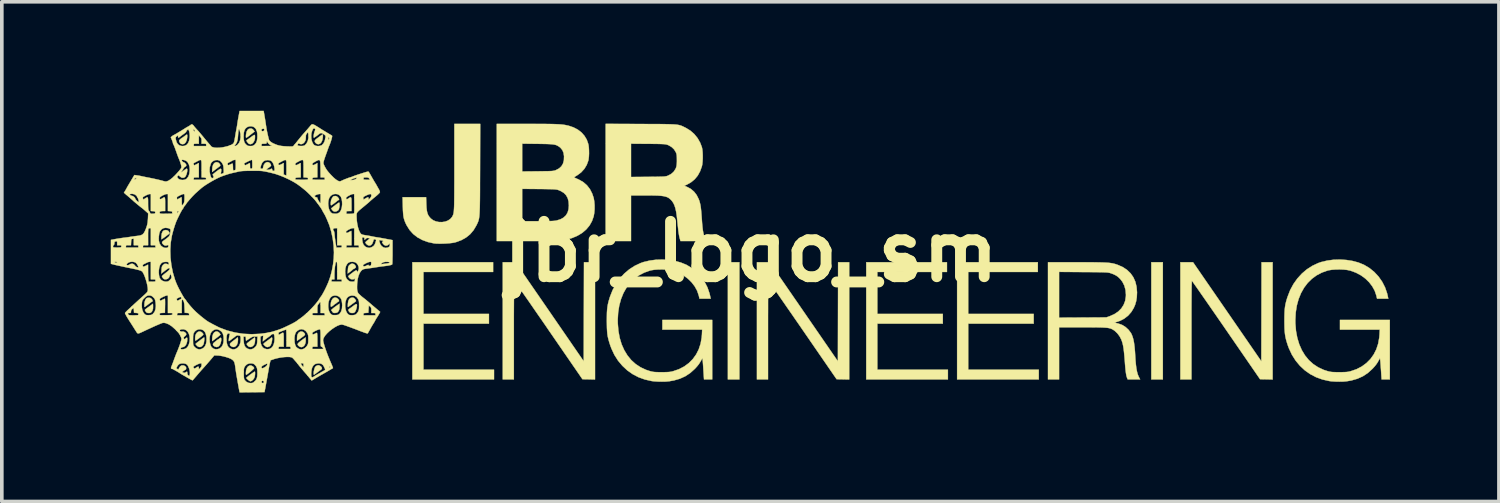
<source format=kicad_pcb>
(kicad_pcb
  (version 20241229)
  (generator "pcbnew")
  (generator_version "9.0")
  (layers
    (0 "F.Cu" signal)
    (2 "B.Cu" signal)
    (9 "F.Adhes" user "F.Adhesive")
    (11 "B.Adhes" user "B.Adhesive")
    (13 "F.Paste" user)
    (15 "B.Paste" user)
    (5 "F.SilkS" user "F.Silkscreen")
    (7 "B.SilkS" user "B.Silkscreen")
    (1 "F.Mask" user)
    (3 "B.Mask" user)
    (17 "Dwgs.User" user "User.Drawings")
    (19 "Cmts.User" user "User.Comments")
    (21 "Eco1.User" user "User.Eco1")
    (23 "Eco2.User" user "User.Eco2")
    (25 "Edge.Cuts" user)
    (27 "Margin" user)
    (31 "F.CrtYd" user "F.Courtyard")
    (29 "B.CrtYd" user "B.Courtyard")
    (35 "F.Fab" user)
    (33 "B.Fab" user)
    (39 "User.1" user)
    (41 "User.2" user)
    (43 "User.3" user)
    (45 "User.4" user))
  (footprint "jbr_logo_sm"
    (layer "F.Cu")
    (at 17.626 3.879)
    (property "Reference" "jbr_logo_sm" (at 0 0 0) (layer "F.SilkS") (effects (font (size 1.524 1.524) (thickness 0.3))))
    (attr through_hole)
    (fp_poly (pts (xy -0.318 3.518) (xy -0.635 3.518) (xy -0.635 0.292) (xy -0.318 0.292) (xy -0.318 3.518)) (stroke (width 0.01) (type solid)) (fill yes) (layer "F.SilkS"))
    (fp_poly (pts (xy 11.341 3.518) (xy 11.024 3.518) (xy 11.024 0.292) (xy 11.341 0.292) (xy 11.341 3.518)) (stroke (width 0.01) (type solid)) (fill yes) (layer "F.SilkS"))
    (fp_poly (pts (xy -7.099 0.559) (xy -9.017 0.559) (xy -9.017 1.714) (xy -7.214 1.714) (xy -7.214 1.981) (xy -9.017 1.981) (xy -9.017 3.251) (xy -7.074 3.251) (xy -7.074 3.518) (xy -9.322 3.518) (xy -9.322 0.292) (xy -7.099 0.292) (xy -7.099 0.559)) (stroke (width 0.01) (type solid)) (fill yes) (layer "F.SilkS"))
    (fp_poly (pts (xy 5.397 0.559) (xy 3.48 0.559) (xy 3.48 1.714) (xy 5.283 1.714) (xy 5.283 1.981) (xy 3.48 1.981) (xy 3.48 3.251) (xy 5.423 3.251) (xy 5.423 3.518) (xy 3.175 3.518) (xy 3.175 0.292) (xy 5.397 0.292) (xy 5.397 0.559)) (stroke (width 0.01) (type solid)) (fill yes) (layer "F.SilkS"))
    (fp_poly (pts (xy 7.899 0.559) (xy 5.982 0.559) (xy 5.982 1.714) (xy 7.785 1.714) (xy 7.785 1.981) (xy 5.982 1.981) (xy 5.982 3.251) (xy 7.925 3.251) (xy 7.925 3.518) (xy 5.677 3.518) (xy 5.677 0.292) (xy 7.899 0.292) (xy 7.899 0.559)) (stroke (width 0.01) (type solid)) (fill yes) (layer "F.SilkS"))
    (fp_poly (pts (xy -16.084 -0.591) (xy -16.045 -0.575) (xy -16.022 -0.545) (xy -16.003 -0.507) (xy -16.08 -0.447) (xy -16.123 -0.414) (xy -16.163 -0.385) (xy -16.193 -0.365) (xy -16.194 -0.364) (xy -16.231 -0.34) (xy -16.231 -0.421) (xy -16.223 -0.496) (xy -16.202 -0.55) (xy -16.167 -0.583) (xy -16.119 -0.595) (xy -16.084 -0.591)) (stroke (width 0.01) (type solid)) (fill yes) (layer "F.SilkS"))
    (fp_poly (pts (xy -14.675 2.205) (xy -14.642 2.231) (xy -14.638 2.236) (xy -14.617 2.263) (xy -14.606 2.281) (xy -14.605 2.284) (xy -14.615 2.294) (xy -14.641 2.317) (xy -14.679 2.347) (xy -14.72 2.378) (xy -14.834 2.464) (xy -14.834 2.404) (xy -14.827 2.326) (xy -14.807 2.265) (xy -14.776 2.222) (xy -14.735 2.2) (xy -14.712 2.197) (xy -14.675 2.205)) (stroke (width 0.01) (type solid)) (fill yes) (layer "F.SilkS"))
    (fp_poly (pts (xy -14.668 -2.454) (xy -14.633 -2.424) (xy -14.616 -2.397) (xy -14.609 -2.374) (xy -14.62 -2.356) (xy -14.629 -2.35) (xy -14.651 -2.333) (xy -14.687 -2.306) (xy -14.73 -2.274) (xy -14.745 -2.263) (xy -14.834 -2.195) (xy -14.834 -2.257) (xy -14.827 -2.334) (xy -14.807 -2.396) (xy -14.776 -2.439) (xy -14.734 -2.461) (xy -14.712 -2.464) (xy -14.668 -2.454)) (stroke (width 0.01) (type solid)) (fill yes) (layer "F.SilkS"))
    (fp_poly (pts (xy -12.258 2.422) (xy -12.261 2.49) (xy -12.277 2.548) (xy -12.304 2.592) (xy -12.339 2.62) (xy -12.38 2.63) (xy -12.422 2.618) (xy -12.45 2.598) (xy -12.47 2.578) (xy -12.481 2.56) (xy -12.48 2.542) (xy -12.467 2.521) (xy -12.44 2.495) (xy -12.396 2.459) (xy -12.334 2.413) (xy -12.306 2.393) (xy -12.262 2.361) (xy -12.258 2.422)) (stroke (width 0.01) (type solid)) (fill yes) (layer "F.SilkS"))
    (fp_poly (pts (xy -11.333 -1.348) (xy -11.328 -1.325) (xy -11.327 -1.29) (xy -11.33 -1.248) (xy -11.337 -1.206) (xy -11.346 -1.17) (xy -11.357 -1.146) (xy -11.358 -1.145) (xy -11.4 -1.115) (xy -11.447 -1.102) (xy -11.481 -1.107) (xy -11.511 -1.126) (xy -11.535 -1.155) (xy -11.557 -1.191) (xy -11.497 -1.24) (xy -11.431 -1.291) (xy -11.373 -1.333) (xy -11.343 -1.352) (xy -11.333 -1.348)) (stroke (width 0.01) (type solid)) (fill yes) (layer "F.SilkS"))
    (fp_poly (pts (xy -12.325 2.214) (xy -12.291 2.247) (xy -12.278 2.273) (xy -12.284 2.294) (xy -12.31 2.321) (xy -12.315 2.324) (xy -12.353 2.352) (xy -12.388 2.378) (xy -12.393 2.382) (xy -12.429 2.408) (xy -12.462 2.43) (xy -12.497 2.452) (xy -12.497 2.382) (xy -12.493 2.32) (xy -12.48 2.273) (xy -12.455 2.234) (xy -12.447 2.226) (xy -12.409 2.202) (xy -12.366 2.199) (xy -12.325 2.214)) (stroke (width 0.01) (type solid)) (fill yes) (layer "F.SilkS"))
    (fp_poly (pts (xy -16.462 1.488) (xy -16.463 1.567) (xy -16.481 1.628) (xy -16.499 1.656) (xy -16.522 1.678) (xy -16.552 1.688) (xy -16.58 1.689) (xy -16.618 1.686) (xy -16.643 1.674) (xy -16.662 1.652) (xy -16.679 1.625) (xy -16.687 1.606) (xy -16.687 1.605) (xy -16.677 1.592) (xy -16.652 1.571) (xy -16.623 1.549) (xy -16.578 1.518) (xy -16.534 1.485) (xy -16.512 1.469) (xy -16.466 1.433) (xy -16.462 1.488)) (stroke (width 0.01) (type solid)) (fill yes) (layer "F.SilkS"))
    (fp_poly (pts (xy -13.746 3.141) (xy -13.712 3.161) (xy -13.687 3.186) (xy -13.678 3.208) (xy -13.687 3.222) (xy -13.712 3.246) (xy -13.747 3.278) (xy -13.787 3.311) (xy -13.828 3.344) (xy -13.864 3.37) (xy -13.89 3.387) (xy -13.899 3.391) (xy -13.904 3.38) (xy -13.906 3.351) (xy -13.906 3.337) (xy -13.899 3.263) (xy -13.878 3.203) (xy -13.846 3.159) (xy -13.805 3.136) (xy -13.78 3.133) (xy -13.746 3.141)) (stroke (width 0.01) (type solid)) (fill yes) (layer "F.SilkS"))
    (fp_poly (pts (xy -13.743 -3.387) (xy -13.715 -3.369) (xy -13.698 -3.35) (xy -13.665 -3.308) (xy -13.698 -3.283) (xy -13.725 -3.262) (xy -13.764 -3.232) (xy -13.806 -3.199) (xy -13.808 -3.197) (xy -13.846 -3.168) (xy -13.877 -3.147) (xy -13.896 -3.137) (xy -13.897 -3.137) (xy -13.904 -3.149) (xy -13.905 -3.184) (xy -13.902 -3.221) (xy -13.888 -3.297) (xy -13.862 -3.351) (xy -13.824 -3.382) (xy -13.78 -3.391) (xy -13.743 -3.387)) (stroke (width 0.01) (type solid)) (fill yes) (layer "F.SilkS"))
    (fp_poly (pts (xy -11.788 -3.215) (xy -11.786 -3.185) (xy -11.789 -3.144) (xy -11.796 -3.098) (xy -11.805 -3.063) (xy -11.83 -3.009) (xy -11.864 -2.973) (xy -11.905 -2.958) (xy -11.947 -2.965) (xy -11.983 -2.99) (xy -12.008 -3.024) (xy -12.01 -3.054) (xy -11.989 -3.084) (xy -11.963 -3.106) (xy -11.92 -3.138) (xy -11.873 -3.173) (xy -11.858 -3.184) (xy -11.826 -3.208) (xy -11.803 -3.223) (xy -11.795 -3.226) (xy -11.788 -3.215)) (stroke (width 0.01) (type solid)) (fill yes) (layer "F.SilkS"))
    (fp_poly (pts (xy -15.138 2.208) (xy -15.107 2.232) (xy -15.083 2.261) (xy -15.078 2.281) (xy -15.092 2.301) (xy -15.109 2.316) (xy -15.159 2.355) (xy -15.206 2.392) (xy -15.248 2.422) (xy -15.278 2.443) (xy -15.294 2.451) (xy -15.294 2.451) (xy -15.299 2.44) (xy -15.303 2.411) (xy -15.303 2.388) (xy -15.301 2.343) (xy -15.294 2.302) (xy -15.29 2.29) (xy -15.261 2.239) (xy -15.223 2.207) (xy -15.181 2.197) (xy -15.138 2.208)) (stroke (width 0.01) (type solid)) (fill yes) (layer "F.SilkS"))
    (fp_poly (pts (xy -13.655 3.313) (xy -13.653 3.342) (xy -13.655 3.382) (xy -13.66 3.424) (xy -13.665 3.448) (xy -13.683 3.491) (xy -13.713 3.53) (xy -13.748 3.558) (xy -13.781 3.569) (xy -13.805 3.56) (xy -13.836 3.538) (xy -13.853 3.524) (xy -13.898 3.478) (xy -13.86 3.444) (xy -13.833 3.422) (xy -13.796 3.394) (xy -13.755 3.364) (xy -13.716 3.336) (xy -13.683 3.314) (xy -13.663 3.303) (xy -13.66 3.302) (xy -13.655 3.313)) (stroke (width 0.01) (type solid)) (fill yes) (layer "F.SilkS"))
    (fp_poly (pts (xy -14.59 2.377) (xy -14.584 2.407) (xy -14.587 2.457) (xy -14.604 2.529) (xy -14.631 2.582) (xy -14.667 2.616) (xy -14.71 2.627) (xy -14.757 2.615) (xy -14.772 2.607) (xy -14.806 2.578) (xy -14.814 2.547) (xy -14.797 2.516) (xy -14.786 2.506) (xy -14.751 2.478) (xy -14.714 2.448) (xy -14.711 2.445) (xy -14.684 2.425) (xy -14.666 2.414) (xy -14.664 2.413) (xy -14.65 2.405) (xy -14.629 2.386) (xy -14.605 2.37) (xy -14.59 2.377)) (stroke (width 0.01) (type solid)) (fill yes) (layer "F.SilkS"))
    (fp_poly (pts (xy -11.328 1.514) (xy -11.331 1.568) (xy -11.34 1.606) (xy -11.357 1.64) (xy -11.357 1.64) (xy -11.38 1.668) (xy -11.405 1.681) (xy -11.445 1.687) (xy -11.445 1.687) (xy -11.482 1.687) (xy -11.504 1.68) (xy -11.523 1.659) (xy -11.53 1.648) (xy -11.557 1.607) (xy -11.516 1.57) (xy -11.477 1.538) (xy -11.435 1.507) (xy -11.43 1.504) (xy -11.394 1.479) (xy -11.362 1.456) (xy -11.357 1.453) (xy -11.328 1.432) (xy -11.328 1.514)) (stroke (width 0.01) (type solid)) (fill yes) (layer "F.SilkS"))
    (fp_poly (pts (xy -10.926 0.346) (xy -10.893 0.383) (xy -10.879 0.411) (xy -10.878 0.428) (xy -10.891 0.445) (xy -10.892 0.446) (xy -10.914 0.464) (xy -10.928 0.47) (xy -10.948 0.479) (xy -10.965 0.493) (xy -10.987 0.514) (xy -11.021 0.541) (xy -11.045 0.559) (xy -11.103 0.601) (xy -11.097 0.503) (xy -11.093 0.451) (xy -11.086 0.416) (xy -11.074 0.391) (xy -11.056 0.369) (xy -11.055 0.368) (xy -11.012 0.337) (xy -10.967 0.33) (xy -10.926 0.346)) (stroke (width 0.01) (type solid)) (fill yes) (layer "F.SilkS"))
    (fp_poly (pts (xy -14.13 2.37) (xy -14.124 2.397) (xy -14.123 2.416) (xy -14.13 2.498) (xy -14.15 2.56) (xy -14.182 2.6) (xy -14.223 2.624) (xy -14.264 2.625) (xy -14.303 2.609) (xy -14.328 2.592) (xy -14.338 2.579) (xy -14.338 2.579) (xy -14.342 2.558) (xy -14.346 2.548) (xy -14.341 2.532) (xy -14.316 2.505) (xy -14.271 2.468) (xy -14.254 2.455) (xy -14.211 2.423) (xy -14.176 2.395) (xy -14.155 2.377) (xy -14.15 2.372) (xy -14.139 2.36) (xy -14.13 2.37)) (stroke (width 0.01) (type solid)) (fill yes) (layer "F.SilkS"))
    (fp_poly (pts (xy -13.658 -3.203) (xy -13.656 -3.182) (xy -13.655 -3.175) (xy -13.658 -3.111) (xy -13.674 -3.052) (xy -13.702 -3.004) (xy -13.737 -2.971) (xy -13.778 -2.959) (xy -13.779 -2.959) (xy -13.814 -2.966) (xy -13.837 -2.98) (xy -13.864 -3.012) (xy -13.883 -3.041) (xy -13.89 -3.063) (xy -13.886 -3.07) (xy -13.87 -3.079) (xy -13.84 -3.1) (xy -13.801 -3.128) (xy -13.792 -3.134) (xy -13.738 -3.174) (xy -13.701 -3.2) (xy -13.678 -3.213) (xy -13.665 -3.214) (xy -13.658 -3.203)) (stroke (width 0.01) (type solid)) (fill yes) (layer "F.SilkS"))
    (fp_poly (pts (xy -10.949 1.268) (xy -10.927 1.28) (xy -10.902 1.306) (xy -10.881 1.334) (xy -10.872 1.358) (xy -10.872 1.359) (xy -10.882 1.369) (xy -10.907 1.389) (xy -10.936 1.41) (xy -10.98 1.441) (xy -11.024 1.473) (xy -11.045 1.489) (xy -11.074 1.51) (xy -11.093 1.523) (xy -11.097 1.524) (xy -11.099 1.512) (xy -11.099 1.482) (xy -11.098 1.439) (xy -11.098 1.436) (xy -11.086 1.36) (xy -11.062 1.307) (xy -11.025 1.275) (xy -10.976 1.265) (xy -10.949 1.268)) (stroke (width 0.01) (type solid)) (fill yes) (layer "F.SilkS"))
    (fp_poly (pts (xy -10.853 1.449) (xy -10.847 1.473) (xy -10.852 1.519) (xy -10.855 1.537) (xy -10.868 1.585) (xy -10.885 1.629) (xy -10.897 1.651) (xy -10.919 1.676) (xy -10.945 1.687) (xy -10.979 1.689) (xy -11.019 1.686) (xy -11.046 1.672) (xy -11.061 1.656) (xy -11.083 1.62) (xy -11.083 1.595) (xy -11.062 1.575) (xy -11.059 1.573) (xy -11.035 1.558) (xy -10.999 1.533) (xy -10.957 1.501) (xy -10.949 1.495) (xy -10.902 1.461) (xy -10.87 1.445) (xy -10.853 1.449)) (stroke (width 0.01) (type solid)) (fill yes) (layer "F.SilkS"))
    (fp_poly (pts (xy -16.536 1.274) (xy -16.504 1.298) (xy -16.501 1.301) (xy -16.481 1.331) (xy -16.472 1.356) (xy -16.477 1.37) (xy -16.482 1.372) (xy -16.496 1.379) (xy -16.525 1.398) (xy -16.564 1.427) (xy -16.592 1.448) (xy -16.634 1.48) (xy -16.669 1.506) (xy -16.69 1.521) (xy -16.696 1.524) (xy -16.698 1.512) (xy -16.7 1.483) (xy -16.701 1.453) (xy -16.694 1.389) (xy -16.677 1.332) (xy -16.651 1.29) (xy -16.643 1.282) (xy -16.619 1.272) (xy -16.583 1.268) (xy -16.577 1.267) (xy -16.536 1.274)) (stroke (width 0.01) (type solid)) (fill yes) (layer "F.SilkS"))
    (fp_poly (pts (xy -13.655 2.374) (xy -13.653 2.403) (xy -13.654 2.444) (xy -13.658 2.488) (xy -13.661 2.506) (xy -13.678 2.557) (xy -13.71 2.596) (xy -13.749 2.62) (xy -13.792 2.626) (xy -13.832 2.611) (xy -13.838 2.606) (xy -13.864 2.58) (xy -13.878 2.56) (xy -13.883 2.548) (xy -13.881 2.536) (xy -13.87 2.521) (xy -13.845 2.5) (xy -13.806 2.469) (xy -13.773 2.444) (xy -13.746 2.424) (xy -13.713 2.398) (xy -13.708 2.394) (xy -13.681 2.374) (xy -13.663 2.363) (xy -13.66 2.362) (xy -13.655 2.374)) (stroke (width 0.01) (type solid)) (fill yes) (layer "F.SilkS"))
    (fp_poly (pts (xy -15.522 -3.215) (xy -15.52 -3.185) (xy -15.523 -3.144) (xy -15.53 -3.098) (xy -15.539 -3.063) (xy -15.564 -3.008) (xy -15.599 -2.972) (xy -15.641 -2.958) (xy -15.687 -2.966) (xy -15.699 -2.972) (xy -15.718 -2.992) (xy -15.735 -3.022) (xy -15.735 -3.023) (xy -15.744 -3.048) (xy -15.741 -3.066) (xy -15.723 -3.087) (xy -15.709 -3.099) (xy -15.681 -3.121) (xy -15.662 -3.135) (xy -15.658 -3.136) (xy -15.644 -3.144) (xy -15.618 -3.163) (xy -15.594 -3.181) (xy -15.562 -3.206) (xy -15.538 -3.222) (xy -15.529 -3.226) (xy -15.522 -3.215)) (stroke (width 0.01) (type solid)) (fill yes) (layer "F.SilkS"))
    (fp_poly (pts (xy -15.051 2.373) (xy -15.051 2.402) (xy -15.053 2.442) (xy -15.059 2.485) (xy -15.066 2.524) (xy -15.074 2.552) (xy -15.076 2.555) (xy -15.111 2.601) (xy -15.153 2.624) (xy -15.198 2.625) (xy -15.241 2.602) (xy -15.254 2.589) (xy -15.277 2.563) (xy -15.29 2.545) (xy -15.291 2.542) (xy -15.281 2.53) (xy -15.256 2.509) (xy -15.22 2.481) (xy -15.214 2.476) (xy -15.17 2.444) (xy -15.13 2.413) (xy -15.101 2.391) (xy -15.101 2.391) (xy -15.074 2.372) (xy -15.057 2.362) (xy -15.055 2.362) (xy -15.051 2.373)) (stroke (width 0.01) (type solid)) (fill yes) (layer "F.SilkS"))
    (fp_poly (pts (xy -13.184 2.373) (xy -13.182 2.403) (xy -13.186 2.443) (xy -13.193 2.487) (xy -13.204 2.527) (xy -13.224 2.575) (xy -13.249 2.604) (xy -13.26 2.611) (xy -13.305 2.627) (xy -13.342 2.622) (xy -13.381 2.595) (xy -13.384 2.592) (xy -13.409 2.566) (xy -13.423 2.547) (xy -13.424 2.543) (xy -13.414 2.53) (xy -13.389 2.507) (xy -13.353 2.479) (xy -13.346 2.475) (xy -13.303 2.443) (xy -13.262 2.413) (xy -13.234 2.391) (xy -13.233 2.391) (xy -13.208 2.372) (xy -13.192 2.362) (xy -13.19 2.362) (xy -13.184 2.373)) (stroke (width 0.01) (type solid)) (fill yes) (layer "F.SilkS"))
    (fp_poly (pts (xy -11.871 3.139) (xy -11.868 3.141) (xy -11.835 3.165) (xy -11.815 3.194) (xy -11.813 3.223) (xy -11.83 3.244) (xy -11.85 3.258) (xy -11.884 3.282) (xy -11.926 3.313) (xy -11.94 3.324) (xy -11.98 3.354) (xy -12.012 3.377) (xy -12.031 3.39) (xy -12.033 3.391) (xy -12.037 3.38) (xy -12.039 3.352) (xy -12.04 3.342) (xy -12.036 3.301) (xy -12.026 3.251) (xy -12.02 3.228) (xy -12.004 3.185) (xy -11.986 3.159) (xy -11.958 3.141) (xy -11.956 3.14) (xy -11.925 3.128) (xy -11.902 3.127) (xy -11.871 3.139)) (stroke (width 0.01) (type solid)) (fill yes) (layer "F.SilkS"))
    (fp_poly (pts (xy -11.397 -1.517) (xy -11.382 -1.505) (xy -11.358 -1.479) (xy -11.343 -1.452) (xy -11.34 -1.431) (xy -11.352 -1.422) (xy -11.352 -1.422) (xy -11.368 -1.415) (xy -11.393 -1.396) (xy -11.396 -1.394) (xy -11.425 -1.369) (xy -11.465 -1.339) (xy -11.506 -1.309) (xy -11.541 -1.286) (xy -11.554 -1.277) (xy -11.563 -1.279) (xy -11.568 -1.298) (xy -11.57 -1.339) (xy -11.57 -1.344) (xy -11.56 -1.417) (xy -11.529 -1.484) (xy -11.501 -1.521) (xy -11.488 -1.525) (xy -11.46 -1.531) (xy -11.46 -1.531) (xy -11.428 -1.532) (xy -11.397 -1.517)) (stroke (width 0.01) (type solid)) (fill yes) (layer "F.SilkS"))
    (fp_poly (pts (xy -11.397 1.278) (xy -11.37 1.3) (xy -11.351 1.324) (xy -11.341 1.349) (xy -11.344 1.367) (xy -11.353 1.372) (xy -11.37 1.38) (xy -11.395 1.399) (xy -11.399 1.403) (xy -11.424 1.424) (xy -11.44 1.435) (xy -11.442 1.435) (xy -11.455 1.443) (xy -11.478 1.462) (xy -11.482 1.465) (xy -11.513 1.491) (xy -11.542 1.51) (xy -11.558 1.517) (xy -11.566 1.513) (xy -11.569 1.493) (xy -11.57 1.457) (xy -11.563 1.394) (xy -11.544 1.339) (xy -11.516 1.295) (xy -11.482 1.27) (xy -11.476 1.268) (xy -11.434 1.264) (xy -11.397 1.278)) (stroke (width 0.01) (type solid)) (fill yes) (layer "F.SilkS"))
    (fp_poly (pts (xy -5.543 1.655) (xy -4.604 3.019) (xy -4.601 1.655) (xy -4.597 0.292) (xy -4.293 0.292) (xy -4.293 3.519) (xy -4.466 3.515) (xy -4.639 3.512) (xy -5.571 2.159) (xy -5.685 1.992) (xy -5.796 1.832) (xy -5.903 1.678) (xy -6.003 1.533) (xy -6.097 1.397) (xy -6.184 1.272) (xy -6.263 1.159) (xy -6.333 1.059) (xy -6.392 0.974) (xy -6.441 0.905) (xy -6.478 0.852) (xy -6.503 0.818) (xy -6.515 0.803) (xy -6.515 0.802) (xy -6.518 0.814) (xy -6.52 0.851) (xy -6.521 0.913) (xy -6.523 0.999) (xy -6.524 1.109) (xy -6.525 1.244) (xy -6.526 1.402) (xy -6.527 1.583) (xy -6.528 1.787) (xy -6.528 2.014) (xy -6.528 2.158) (xy -6.528 3.518) (xy -6.833 3.518) (xy -6.833 0.292) (xy -6.483 0.292) (xy -5.543 1.655)) (stroke (width 0.01) (type solid)) (fill yes) (layer "F.SilkS"))
    (fp_poly (pts (xy 1.454 1.655) (xy 2.394 3.019) (xy 2.397 1.655) (xy 2.4 0.292) (xy 2.705 0.292) (xy 2.705 3.519) (xy 2.532 3.515) (xy 2.359 3.512) (xy 1.427 2.159) (xy 1.312 1.992) (xy 1.201 1.832) (xy 1.095 1.678) (xy 0.994 1.533) (xy 0.9 1.397) (xy 0.813 1.272) (xy 0.735 1.159) (xy 0.665 1.059) (xy 0.606 0.974) (xy 0.557 0.905) (xy 0.519 0.852) (xy 0.494 0.818) (xy 0.483 0.803) (xy 0.482 0.802) (xy 0.48 0.814) (xy 0.478 0.851) (xy 0.476 0.913) (xy 0.475 0.999) (xy 0.473 1.109) (xy 0.472 1.244) (xy 0.471 1.402) (xy 0.471 1.583) (xy 0.47 1.787) (xy 0.47 2.014) (xy 0.47 2.158) (xy 0.47 3.518) (xy 0.165 3.518) (xy 0.165 0.292) (xy 0.514 0.292) (xy 1.454 1.655)) (stroke (width 0.01) (type solid)) (fill yes) (layer "F.SilkS"))
    (fp_poly (pts (xy 13.113 1.655) (xy 14.053 3.019) (xy 14.056 1.655) (xy 14.059 0.292) (xy 14.364 0.292) (xy 14.364 3.519) (xy 14.191 3.515) (xy 14.018 3.512) (xy 13.086 2.159) (xy 12.971 1.992) (xy 12.86 1.832) (xy 12.754 1.678) (xy 12.653 1.533) (xy 12.559 1.397) (xy 12.472 1.272) (xy 12.393 1.159) (xy 12.324 1.059) (xy 12.264 0.974) (xy 12.215 0.905) (xy 12.178 0.852) (xy 12.153 0.818) (xy 12.142 0.803) (xy 12.141 0.802) (xy 12.139 0.814) (xy 12.137 0.851) (xy 12.135 0.913) (xy 12.133 0.999) (xy 12.132 1.109) (xy 12.131 1.244) (xy 12.13 1.402) (xy 12.129 1.583) (xy 12.129 1.787) (xy 12.129 2.014) (xy 12.129 2.158) (xy 12.129 3.518) (xy 11.824 3.518) (xy 11.824 0.292) (xy 12.173 0.292) (xy 13.113 1.655)) (stroke (width 0.01) (type solid)) (fill yes) (layer "F.SilkS"))
    (fp_poly (pts (xy -7.458 -2.27) (xy -7.459 -2.056) (xy -7.46 -1.866) (xy -7.46 -1.698) (xy -7.461 -1.551) (xy -7.462 -1.423) (xy -7.464 -1.312) (xy -7.466 -1.216) (xy -7.469 -1.135) (xy -7.472 -1.066) (xy -7.476 -1.008) (xy -7.481 -0.959) (xy -7.487 -0.917) (xy -7.495 -0.882) (xy -7.503 -0.851) (xy -7.513 -0.823) (xy -7.525 -0.795) (xy -7.538 -0.767) (xy -7.552 -0.737) (xy -7.564 -0.715) (xy -7.639 -0.589) (xy -7.732 -0.48) (xy -7.843 -0.39) (xy -7.971 -0.318) (xy -8.116 -0.264) (xy -8.16 -0.252) (xy -8.221 -0.241) (xy -8.3 -0.232) (xy -8.391 -0.225) (xy -8.486 -0.221) (xy -8.578 -0.22) (xy -8.66 -0.222) (xy -8.725 -0.228) (xy -8.73 -0.229) (xy -8.898 -0.266) (xy -9.049 -0.322) (xy -9.183 -0.395) (xy -9.3 -0.487) (xy -9.398 -0.596) (xy -9.478 -0.723) (xy -9.495 -0.756) (xy -9.522 -0.815) (xy -9.542 -0.87) (xy -9.558 -0.924) (xy -9.569 -0.984) (xy -9.576 -1.053) (xy -9.582 -1.137) (xy -9.585 -1.241) (xy -9.585 -1.248) (xy -9.591 -1.499) (xy -8.944 -1.499) (xy -8.938 -1.311) (xy -8.933 -1.208) (xy -8.923 -1.126) (xy -8.908 -1.06) (xy -8.886 -1.006) (xy -8.855 -0.959) (xy -8.815 -0.914) (xy -8.815 -0.914) (xy -8.749 -0.864) (xy -8.671 -0.832) (xy -8.588 -0.815) (xy -8.502 -0.814) (xy -8.419 -0.827) (xy -8.342 -0.856) (xy -8.278 -0.899) (xy -8.229 -0.956) (xy -8.221 -0.97) (xy -8.212 -0.988) (xy -8.204 -1.005) (xy -8.197 -1.023) (xy -8.191 -1.045) (xy -8.186 -1.07) (xy -8.181 -1.102) (xy -8.178 -1.142) (xy -8.175 -1.19) (xy -8.172 -1.25) (xy -8.17 -1.322) (xy -8.169 -1.408) (xy -8.168 -1.509) (xy -8.167 -1.628) (xy -8.167 -1.766) (xy -8.166 -1.924) (xy -8.166 -2.105) (xy -8.166 -2.308) (xy -8.166 -2.327) (xy -8.166 -3.518) (xy -7.454 -3.518) (xy -7.458 -2.27)) (stroke (width 0.01) (type solid)) (fill yes) (layer "F.SilkS"))
    (fp_poly (pts (xy 8.976 0.292) (xy 9.153 0.292) (xy 9.307 0.293) (xy 9.44 0.293) (xy 9.554 0.295) (xy 9.651 0.297) (xy 9.733 0.3) (xy 9.802 0.304) (xy 9.861 0.308) (xy 9.912 0.315) (xy 9.957 0.322) (xy 9.997 0.332) (xy 10.036 0.342) (xy 10.074 0.355) (xy 10.109 0.368) (xy 10.244 0.428) (xy 10.359 0.506) (xy 10.454 0.598) (xy 10.529 0.706) (xy 10.584 0.829) (xy 10.617 0.966) (xy 10.63 1.116) (xy 10.63 1.129) (xy 10.624 1.253) (xy 10.607 1.362) (xy 10.577 1.464) (xy 10.541 1.548) (xy 10.472 1.662) (xy 10.385 1.761) (xy 10.281 1.842) (xy 10.164 1.904) (xy 10.07 1.935) (xy 10.032 1.945) (xy 10.016 1.952) (xy 10.02 1.957) (xy 10.039 1.962) (xy 10.078 1.971) (xy 10.122 1.982) (xy 10.128 1.984) (xy 10.225 2.02) (xy 10.316 2.077) (xy 10.396 2.151) (xy 10.46 2.236) (xy 10.476 2.264) (xy 10.504 2.331) (xy 10.528 2.41) (xy 10.547 2.506) (xy 10.562 2.619) (xy 10.574 2.754) (xy 10.579 2.838) (xy 10.588 2.985) (xy 10.599 3.109) (xy 10.612 3.213) (xy 10.629 3.3) (xy 10.648 3.373) (xy 10.672 3.433) (xy 10.687 3.464) (xy 10.717 3.518) (xy 10.375 3.518) (xy 10.357 3.477) (xy 10.346 3.443) (xy 10.335 3.401) (xy 10.326 3.347) (xy 10.317 3.278) (xy 10.308 3.191) (xy 10.299 3.084) (xy 10.294 3.01) (xy 10.283 2.876) (xy 10.272 2.764) (xy 10.261 2.671) (xy 10.248 2.592) (xy 10.233 2.526) (xy 10.215 2.467) (xy 10.196 2.417) (xy 10.15 2.33) (xy 10.089 2.249) (xy 10.019 2.182) (xy 9.973 2.15) (xy 9.948 2.136) (xy 9.923 2.124) (xy 9.896 2.114) (xy 9.865 2.106) (xy 9.828 2.099) (xy 9.782 2.094) (xy 9.725 2.09) (xy 9.655 2.087) (xy 9.57 2.085) (xy 9.467 2.084) (xy 9.344 2.083) (xy 9.199 2.083) (xy 9.128 2.083) (xy 8.484 2.083) (xy 8.484 3.518) (xy 8.179 3.518) (xy 8.179 1.817) (xy 8.484 1.817) (xy 9.134 1.814) (xy 9.785 1.81) (xy 9.885 1.775) (xy 10.009 1.719) (xy 10.113 1.649) (xy 10.198 1.564) (xy 10.261 1.466) (xy 10.304 1.355) (xy 10.323 1.234) (xy 10.325 1.187) (xy 10.314 1.055) (xy 10.281 0.935) (xy 10.227 0.828) (xy 10.169 0.754) (xy 10.112 0.698) (xy 10.053 0.656) (xy 9.982 0.621) (xy 9.912 0.595) (xy 9.892 0.589) (xy 9.873 0.583) (xy 9.852 0.579) (xy 9.827 0.575) (xy 9.796 0.572) (xy 9.756 0.57) (xy 9.706 0.568) (xy 9.642 0.566) (xy 9.564 0.565) (xy 9.467 0.564) (xy 9.351 0.563) (xy 9.212 0.562) (xy 9.154 0.562) (xy 8.484 0.557) (xy 8.484 1.817) (xy 8.179 1.817) (xy 8.179 0.292) (xy 8.976 0.292)) (stroke (width 0.01) (type solid)) (fill yes) (layer "F.SilkS"))
    (fp_poly (pts (xy -2.263 0.229) (xy -2.092 0.256) (xy -1.932 0.299) (xy -1.786 0.358) (xy -1.775 0.363) (xy -1.626 0.452) (xy -1.493 0.56) (xy -1.376 0.686) (xy -1.277 0.827) (xy -1.199 0.981) (xy -1.142 1.145) (xy -1.125 1.216) (xy -1.108 1.295) (xy -1.416 1.295) (xy -1.437 1.206) (xy -1.481 1.077) (xy -1.548 0.955) (xy -1.635 0.842) (xy -1.74 0.74) (xy -1.861 0.652) (xy -1.995 0.58) (xy -2.141 0.526) (xy -2.165 0.519) (xy -2.245 0.503) (xy -2.341 0.493) (xy -2.447 0.489) (xy -2.555 0.491) (xy -2.656 0.498) (xy -2.744 0.512) (xy -2.775 0.519) (xy -2.934 0.575) (xy -3.08 0.651) (xy -3.211 0.747) (xy -3.327 0.861) (xy -3.427 0.993) (xy -3.511 1.141) (xy -3.577 1.305) (xy -3.626 1.483) (xy -3.656 1.674) (xy -3.668 1.877) (xy -3.666 1.975) (xy -3.649 2.182) (xy -3.614 2.374) (xy -3.56 2.552) (xy -3.488 2.713) (xy -3.4 2.858) (xy -3.295 2.986) (xy -3.174 3.095) (xy -3.037 3.185) (xy -2.886 3.255) (xy -2.775 3.291) (xy -2.731 3.302) (xy -2.689 3.31) (xy -2.642 3.315) (xy -2.585 3.317) (xy -2.511 3.319) (xy -2.457 3.319) (xy -2.372 3.318) (xy -2.305 3.316) (xy -2.253 3.313) (xy -2.208 3.307) (xy -2.166 3.298) (xy -2.14 3.291) (xy -1.98 3.236) (xy -1.836 3.161) (xy -1.709 3.067) (xy -1.6 2.957) (xy -1.509 2.831) (xy -1.437 2.689) (xy -1.386 2.534) (xy -1.356 2.366) (xy -1.349 2.283) (xy -1.343 2.146) (xy -2.438 2.146) (xy -2.438 1.88) (xy -1.067 1.88) (xy -1.067 3.518) (xy -1.292 3.518) (xy -1.307 3.286) (xy -1.312 3.207) (xy -1.317 3.132) (xy -1.322 3.067) (xy -1.326 3.018) (xy -1.329 2.992) (xy -1.336 2.931) (xy -1.371 2.994) (xy -1.406 3.054) (xy -1.44 3.105) (xy -1.48 3.155) (xy -1.532 3.213) (xy -1.549 3.23) (xy -1.671 3.34) (xy -1.807 3.43) (xy -1.957 3.498) (xy -2.123 3.546) (xy -2.249 3.568) (xy -2.343 3.577) (xy -2.452 3.579) (xy -2.564 3.577) (xy -2.67 3.57) (xy -2.734 3.562) (xy -2.92 3.52) (xy -3.095 3.457) (xy -3.257 3.372) (xy -3.406 3.267) (xy -3.54 3.142) (xy -3.659 3) (xy -3.76 2.841) (xy -3.842 2.665) (xy -3.874 2.579) (xy -3.902 2.492) (xy -3.924 2.414) (xy -3.941 2.341) (xy -3.953 2.268) (xy -3.96 2.188) (xy -3.965 2.098) (xy -3.967 1.991) (xy -3.968 1.905) (xy -3.967 1.783) (xy -3.965 1.681) (xy -3.959 1.594) (xy -3.95 1.516) (xy -3.937 1.442) (xy -3.919 1.368) (xy -3.895 1.287) (xy -3.88 1.239) (xy -3.809 1.059) (xy -3.719 0.892) (xy -3.612 0.74) (xy -3.489 0.605) (xy -3.351 0.488) (xy -3.201 0.391) (xy -3.039 0.315) (xy -2.953 0.285) (xy -2.789 0.246) (xy -2.616 0.223) (xy -2.439 0.218) (xy -2.263 0.229)) (stroke (width 0.01) (type solid)) (fill yes) (layer "F.SilkS"))
    (fp_poly (pts (xy 16.394 0.229) (xy 16.564 0.256) (xy 16.725 0.299) (xy 16.87 0.358) (xy 16.881 0.363) (xy 17.03 0.452) (xy 17.163 0.56) (xy 17.28 0.686) (xy 17.379 0.827) (xy 17.458 0.981) (xy 17.515 1.145) (xy 17.532 1.216) (xy 17.548 1.295) (xy 17.24 1.295) (xy 17.219 1.206) (xy 17.175 1.077) (xy 17.108 0.955) (xy 17.021 0.842) (xy 16.916 0.74) (xy 16.796 0.652) (xy 16.661 0.58) (xy 16.516 0.526) (xy 16.491 0.519) (xy 16.412 0.503) (xy 16.315 0.493) (xy 16.209 0.489) (xy 16.102 0.491) (xy 16 0.498) (xy 15.912 0.512) (xy 15.881 0.519) (xy 15.722 0.575) (xy 15.576 0.651) (xy 15.445 0.747) (xy 15.329 0.861) (xy 15.229 0.993) (xy 15.146 1.141) (xy 15.079 1.305) (xy 15.03 1.483) (xy 15 1.674) (xy 14.989 1.877) (xy 14.99 1.975) (xy 15.007 2.182) (xy 15.043 2.374) (xy 15.097 2.552) (xy 15.168 2.713) (xy 15.256 2.858) (xy 15.361 2.986) (xy 15.482 3.095) (xy 15.619 3.185) (xy 15.77 3.255) (xy 15.881 3.291) (xy 15.925 3.302) (xy 15.967 3.31) (xy 16.014 3.315) (xy 16.071 3.317) (xy 16.145 3.319) (xy 16.199 3.319) (xy 16.285 3.318) (xy 16.351 3.316) (xy 16.404 3.313) (xy 16.448 3.307) (xy 16.49 3.298) (xy 16.516 3.291) (xy 16.676 3.236) (xy 16.82 3.161) (xy 16.947 3.067) (xy 17.057 2.957) (xy 17.147 2.831) (xy 17.219 2.689) (xy 17.27 2.534) (xy 17.3 2.366) (xy 17.307 2.283) (xy 17.314 2.146) (xy 16.218 2.146) (xy 16.218 1.88) (xy 17.59 1.88) (xy 17.59 3.518) (xy 17.365 3.518) (xy 17.35 3.286) (xy 17.344 3.207) (xy 17.339 3.132) (xy 17.334 3.067) (xy 17.33 3.018) (xy 17.327 2.992) (xy 17.32 2.931) (xy 17.285 2.994) (xy 17.251 3.054) (xy 17.216 3.105) (xy 17.176 3.155) (xy 17.124 3.213) (xy 17.107 3.23) (xy 16.986 3.34) (xy 16.85 3.43) (xy 16.699 3.498) (xy 16.533 3.546) (xy 16.407 3.568) (xy 16.313 3.577) (xy 16.205 3.579) (xy 16.092 3.577) (xy 15.987 3.57) (xy 15.923 3.562) (xy 15.737 3.52) (xy 15.562 3.457) (xy 15.399 3.372) (xy 15.25 3.267) (xy 15.116 3.142) (xy 14.998 3) (xy 14.897 2.841) (xy 14.814 2.665) (xy 14.782 2.579) (xy 14.754 2.492) (xy 14.732 2.414) (xy 14.716 2.341) (xy 14.704 2.268) (xy 14.696 2.188) (xy 14.691 2.098) (xy 14.689 1.991) (xy 14.688 1.905) (xy 14.689 1.783) (xy 14.692 1.681) (xy 14.697 1.594) (xy 14.706 1.516) (xy 14.719 1.442) (xy 14.737 1.368) (xy 14.761 1.287) (xy 14.777 1.239) (xy 14.847 1.059) (xy 14.937 0.892) (xy 15.045 0.74) (xy 15.168 0.605) (xy 15.305 0.488) (xy 15.456 0.391) (xy 15.617 0.315) (xy 15.704 0.285) (xy 15.868 0.246) (xy 16.041 0.223) (xy 16.217 0.218) (xy 16.394 0.229)) (stroke (width 0.01) (type solid)) (fill yes) (layer "F.SilkS"))
    (fp_poly (pts (xy -3.032 -3.515) (xy -2.847 -3.514) (xy -2.685 -3.513) (xy -2.545 -3.513) (xy -2.424 -3.512) (xy -2.321 -3.51) (xy -2.234 -3.508) (xy -2.161 -3.505) (xy -2.1 -3.502) (xy -2.048 -3.497) (xy -2.006 -3.491) (xy -1.969 -3.483) (xy -1.937 -3.474) (xy -1.907 -3.463) (xy -1.878 -3.45) (xy -1.847 -3.435) (xy -1.813 -3.418) (xy -1.791 -3.407) (xy -1.667 -3.331) (xy -1.559 -3.236) (xy -1.468 -3.124) (xy -1.396 -2.996) (xy -1.351 -2.877) (xy -1.339 -2.819) (xy -1.331 -2.743) (xy -1.327 -2.656) (xy -1.327 -2.565) (xy -1.332 -2.478) (xy -1.34 -2.401) (xy -1.351 -2.349) (xy -1.4 -2.213) (xy -1.465 -2.094) (xy -1.548 -1.994) (xy -1.65 -1.91) (xy -1.761 -1.847) (xy -1.832 -1.814) (xy -1.763 -1.785) (xy -1.659 -1.73) (xy -1.569 -1.654) (xy -1.495 -1.559) (xy -1.438 -1.445) (xy -1.418 -1.391) (xy -1.405 -1.343) (xy -1.393 -1.293) (xy -1.383 -1.236) (xy -1.375 -1.168) (xy -1.367 -1.085) (xy -1.359 -0.983) (xy -1.353 -0.901) (xy -1.344 -0.775) (xy -1.334 -0.67) (xy -1.323 -0.583) (xy -1.309 -0.509) (xy -1.293 -0.445) (xy -1.272 -0.386) (xy -1.248 -0.328) (xy -1.235 -0.302) (xy -1.245 -0.299) (xy -1.279 -0.297) (xy -1.331 -0.295) (xy -1.399 -0.294) (xy -1.48 -0.293) (xy -1.57 -0.292) (xy -1.585 -0.292) (xy -1.94 -0.292) (xy -1.96 -0.365) (xy -1.971 -0.407) (xy -1.98 -0.454) (xy -1.989 -0.511) (xy -1.999 -0.58) (xy -2.008 -0.666) (xy -2.019 -0.771) (xy -2.027 -0.851) (xy -2.042 -0.989) (xy -2.06 -1.104) (xy -2.082 -1.201) (xy -2.108 -1.28) (xy -2.14 -1.346) (xy -2.179 -1.401) (xy -2.205 -1.429) (xy -2.237 -1.458) (xy -2.27 -1.483) (xy -2.309 -1.502) (xy -2.354 -1.517) (xy -2.409 -1.529) (xy -2.477 -1.538) (xy -2.56 -1.544) (xy -2.661 -1.547) (xy -2.782 -1.549) (xy -2.904 -1.549) (xy -3.302 -1.549) (xy -3.302 -0.292) (xy -4 -0.292) (xy -4 -2.056) (xy -3.302 -2.056) (xy -2.829 -2.06) (xy -2.707 -2.061) (xy -2.607 -2.062) (xy -2.527 -2.064) (xy -2.464 -2.065) (xy -2.415 -2.067) (xy -2.378 -2.07) (xy -2.35 -2.074) (xy -2.327 -2.078) (xy -2.307 -2.084) (xy -2.287 -2.092) (xy -2.281 -2.094) (xy -2.194 -2.141) (xy -2.125 -2.203) (xy -2.076 -2.279) (xy -2.068 -2.297) (xy -2.055 -2.333) (xy -2.047 -2.37) (xy -2.042 -2.415) (xy -2.039 -2.473) (xy -2.039 -2.521) (xy -2.04 -2.589) (xy -2.042 -2.639) (xy -2.047 -2.676) (xy -2.055 -2.708) (xy -2.069 -2.74) (xy -2.116 -2.816) (xy -2.183 -2.88) (xy -2.266 -2.929) (xy -2.281 -2.935) (xy -2.301 -2.943) (xy -2.32 -2.949) (xy -2.342 -2.954) (xy -2.368 -2.958) (xy -2.403 -2.961) (xy -2.447 -2.963) (xy -2.505 -2.965) (xy -2.58 -2.967) (xy -2.673 -2.968) (xy -2.787 -2.969) (xy -2.829 -2.969) (xy -3.302 -2.973) (xy -3.302 -2.056) (xy -4 -2.056) (xy -4 -3.519) (xy -3.032 -3.515)) (stroke (width 0.01) (type solid)) (fill yes) (layer "F.SilkS"))
    (fp_poly (pts (xy -6.169 -3.518) (xy -5.988 -3.518) (xy -5.829 -3.517) (xy -5.692 -3.517) (xy -5.575 -3.515) (xy -5.474 -3.514) (xy -5.387 -3.511) (xy -5.314 -3.508) (xy -5.251 -3.504) (xy -5.197 -3.499) (xy -5.149 -3.493) (xy -5.106 -3.486) (xy -5.065 -3.477) (xy -5.023 -3.468) (xy -5.016 -3.466) (xy -4.884 -3.421) (xy -4.766 -3.359) (xy -4.665 -3.281) (xy -4.583 -3.188) (xy -4.52 -3.082) (xy -4.479 -2.965) (xy -4.471 -2.928) (xy -4.463 -2.861) (xy -4.459 -2.782) (xy -4.458 -2.697) (xy -4.462 -2.616) (xy -4.47 -2.547) (xy -4.477 -2.51) (xy -4.521 -2.389) (xy -4.587 -2.28) (xy -4.674 -2.184) (xy -4.781 -2.104) (xy -4.8 -2.093) (xy -4.841 -2.068) (xy -4.862 -2.052) (xy -4.865 -2.042) (xy -4.857 -2.037) (xy -4.835 -2.028) (xy -4.797 -2.011) (xy -4.749 -1.989) (xy -4.726 -1.978) (xy -4.611 -1.911) (xy -4.513 -1.824) (xy -4.432 -1.719) (xy -4.37 -1.597) (xy -4.33 -1.478) (xy -4.314 -1.386) (xy -4.305 -1.28) (xy -4.305 -1.17) (xy -4.314 -1.064) (xy -4.33 -0.973) (xy -4.377 -0.84) (xy -4.445 -0.72) (xy -4.534 -0.613) (xy -4.642 -0.52) (xy -4.77 -0.442) (xy -4.915 -0.379) (xy -5.078 -0.332) (xy -5.224 -0.306) (xy -5.259 -0.303) (xy -5.318 -0.3) (xy -5.4 -0.298) (xy -5.503 -0.296) (xy -5.627 -0.294) (xy -5.769 -0.293) (xy -5.93 -0.292) (xy -6.107 -0.292) (xy -6.16 -0.292) (xy -6.998 -0.292) (xy -6.998 -0.838) (xy -6.299 -0.838) (xy -5.871 -0.838) (xy -5.739 -0.839) (xy -5.631 -0.84) (xy -5.543 -0.842) (xy -5.473 -0.844) (xy -5.419 -0.848) (xy -5.379 -0.853) (xy -5.358 -0.856) (xy -5.25 -0.889) (xy -5.162 -0.936) (xy -5.095 -0.998) (xy -5.048 -1.076) (xy -5.021 -1.17) (xy -5.013 -1.269) (xy -5.021 -1.382) (xy -5.046 -1.476) (xy -5.09 -1.554) (xy -5.152 -1.618) (xy -5.236 -1.669) (xy -5.29 -1.692) (xy -5.311 -1.7) (xy -5.332 -1.706) (xy -5.355 -1.71) (xy -5.384 -1.714) (xy -5.422 -1.717) (xy -5.471 -1.719) (xy -5.534 -1.721) (xy -5.614 -1.722) (xy -5.713 -1.724) (xy -5.832 -1.725) (xy -6.299 -1.729) (xy -6.299 -0.838) (xy -6.998 -0.838) (xy -6.998 -2.208) (xy -6.299 -2.208) (xy -5.871 -2.212) (xy -5.755 -2.214) (xy -5.661 -2.215) (xy -5.587 -2.216) (xy -5.529 -2.218) (xy -5.485 -2.22) (xy -5.451 -2.224) (xy -5.425 -2.228) (xy -5.403 -2.233) (xy -5.383 -2.24) (xy -5.367 -2.247) (xy -5.282 -2.292) (xy -5.218 -2.351) (xy -5.174 -2.426) (xy -5.15 -2.516) (xy -5.146 -2.622) (xy -5.146 -2.629) (xy -5.16 -2.722) (xy -5.193 -2.798) (xy -5.244 -2.86) (xy -5.273 -2.884) (xy -5.303 -2.904) (xy -5.331 -2.92) (xy -5.361 -2.934) (xy -5.396 -2.944) (xy -5.439 -2.952) (xy -5.493 -2.958) (xy -5.56 -2.962) (xy -5.644 -2.965) (xy -5.747 -2.967) (xy -5.873 -2.969) (xy -5.877 -2.969) (xy -6.299 -2.974) (xy -6.299 -2.208) (xy -6.998 -2.208) (xy -6.998 -3.518) (xy -6.169 -3.518)) (stroke (width 0.01) (type solid)) (fill yes) (layer "F.SilkS"))
    (fp_poly (pts (xy -13.389 -3.712) (xy -13.378 -3.644) (xy -13.367 -3.578) (xy -13.359 -3.523) (xy -13.354 -3.486) (xy -13.345 -3.428) (xy -13.334 -3.361) (xy -13.32 -3.29) (xy -13.305 -3.221) (xy -13.29 -3.158) (xy -13.277 -3.106) (xy -13.266 -3.072) (xy -13.261 -3.063) (xy -13.224 -3.025) (xy -13.165 -2.987) (xy -13.087 -2.953) (xy -13.044 -2.937) (xy -12.99 -2.922) (xy -12.933 -2.911) (xy -12.866 -2.904) (xy -12.782 -2.899) (xy -12.78 -2.899) (xy -12.712 -2.897) (xy -12.664 -2.896) (xy -12.633 -2.897) (xy -12.613 -2.901) (xy -12.6 -2.909) (xy -12.588 -2.92) (xy -12.586 -2.923) (xy -12.572 -2.94) (xy -12.484 -2.94) (xy -12.479 -2.925) (xy -12.461 -2.916) (xy -12.426 -2.911) (xy -12.381 -2.909) (xy -12.33 -2.912) (xy -12.294 -2.923) (xy -12.277 -2.934) (xy -12.233 -2.984) (xy -12.201 -3.051) (xy -12.184 -3.13) (xy -12.184 -3.186) (xy -12.108 -3.186) (xy -12.103 -3.108) (xy -12.086 -3.036) (xy -12.058 -2.975) (xy -12.028 -2.938) (xy -11.988 -2.917) (xy -11.935 -2.907) (xy -11.879 -2.91) (xy -11.831 -2.924) (xy -11.81 -2.937) (xy -11.769 -2.982) (xy -11.74 -3.037) (xy -11.724 -3.096) (xy -11.719 -3.123) (xy -11.637 -3.123) (xy -11.636 -3.11) (xy -11.63 -3.085) (xy -11.624 -3.082) (xy -11.618 -3.091) (xy -11.611 -3.119) (xy -11.613 -3.131) (xy -11.624 -3.149) (xy -11.634 -3.145) (xy -11.637 -3.123) (xy -11.719 -3.123) (xy -11.714 -3.146) (xy -11.712 -3.177) (xy -11.72 -3.199) (xy -11.741 -3.218) (xy -11.768 -3.237) (xy -11.809 -3.26) (xy -11.839 -3.266) (xy -11.869 -3.255) (xy -11.893 -3.237) (xy -11.921 -3.215) (xy -11.955 -3.189) (xy -11.989 -3.165) (xy -12.017 -3.146) (xy -12.032 -3.137) (xy -12.032 -3.137) (xy -12.039 -3.148) (xy -12.04 -3.177) (xy -12.036 -3.217) (xy -12.028 -3.26) (xy -12.016 -3.301) (xy -12.014 -3.305) (xy -12 -3.344) (xy -11.996 -3.366) (xy -12 -3.379) (xy -12.01 -3.387) (xy -12.029 -3.397) (xy -12.046 -3.39) (xy -12.064 -3.365) (xy -12.081 -3.329) (xy -12.101 -3.262) (xy -12.108 -3.186) (xy -12.184 -3.186) (xy -12.184 -3.215) (xy -12.187 -3.239) (xy -12.195 -3.289) (xy -12.225 -3.257) (xy -12.245 -3.23) (xy -12.254 -3.197) (xy -12.255 -3.156) (xy -12.259 -3.095) (xy -12.272 -3.049) (xy -12.297 -3.01) (xy -12.311 -2.994) (xy -12.346 -2.969) (xy -12.385 -2.959) (xy -12.42 -2.966) (xy -12.43 -2.974) (xy -12.45 -2.979) (xy -12.471 -2.968) (xy -12.483 -2.946) (xy -12.484 -2.94) (xy -12.572 -2.94) (xy -12.568 -2.944) (xy -12.538 -2.981) (xy -12.501 -3.026) (xy -12.464 -3.073) (xy -12.421 -3.126) (xy -12.379 -3.177) (xy -12.343 -3.22) (xy -12.321 -3.245) (xy -12.286 -3.284) (xy -12.243 -3.333) (xy -12.197 -3.385) (xy -12.156 -3.434) (xy -12.124 -3.471) (xy -12.12 -3.476) (xy -12.105 -3.493) (xy -12.09 -3.504) (xy -12.072 -3.507) (xy -12.049 -3.502) (xy -12.016 -3.487) (xy -11.971 -3.461) (xy -11.91 -3.423) (xy -11.858 -3.39) (xy -11.805 -3.356) (xy -11.74 -3.317) (xy -11.676 -3.278) (xy -11.652 -3.264) (xy -11.605 -3.236) (xy -11.566 -3.213) (xy -11.541 -3.198) (xy -11.534 -3.193) (xy -11.531 -3.177) (xy -11.537 -3.143) (xy -11.549 -3.095) (xy -11.566 -3.039) (xy -11.587 -2.979) (xy -11.61 -2.922) (xy -11.619 -2.902) (xy -11.63 -2.874) (xy -11.644 -2.835) (xy -11.65 -2.819) (xy -11.663 -2.781) (xy -11.682 -2.728) (xy -11.703 -2.67) (xy -11.709 -2.654) (xy -11.729 -2.597) (xy -11.748 -2.541) (xy -11.761 -2.496) (xy -11.764 -2.487) (xy -11.77 -2.454) (xy -11.77 -2.428) (xy -11.761 -2.4) (xy -11.743 -2.361) (xy -11.736 -2.347) (xy -11.71 -2.299) (xy -11.685 -2.259) (xy -11.658 -2.221) (xy -11.624 -2.18) (xy -11.579 -2.13) (xy -11.544 -2.093) (xy -11.491 -2.04) (xy -11.44 -1.996) (xy -11.396 -1.965) (xy -11.386 -1.959) (xy -11.349 -1.941) (xy -11.324 -1.935) (xy -11.304 -1.938) (xy -11.285 -1.946) (xy -11.248 -1.963) (xy -11.233 -1.97) (xy -11.03 -1.97) (xy -10.986 -1.969) (xy -10.943 -1.975) (xy -10.9 -1.989) (xy -10.897 -1.991) (xy -10.868 -2.009) (xy -10.864 -2.013) (xy -10.668 -2.013) (xy -10.667 -1.996) (xy -10.659 -1.987) (xy -10.64 -1.983) (xy -10.603 -1.981) (xy -10.579 -1.981) (xy -10.49 -1.981) (xy -10.51 -2.013) (xy -10.526 -2.032) (xy -10.548 -2.041) (xy -10.584 -2.045) (xy -10.6 -2.045) (xy -10.639 -2.044) (xy -10.659 -2.039) (xy -10.667 -2.028) (xy -10.668 -2.013) (xy -10.864 -2.013) (xy -10.85 -2.026) (xy -10.849 -2.029) (xy -10.856 -2.035) (xy -10.88 -2.032) (xy -10.915 -2.023) (xy -10.956 -2.008) (xy -10.992 -1.99) (xy -11.03 -1.97) (xy -11.233 -1.97) (xy -11.201 -1.983) (xy -11.151 -2.004) (xy -11.103 -2.022) (xy -11.064 -2.037) (xy -11.039 -2.044) (xy -11.035 -2.045) (xy -11.015 -2.05) (xy -10.984 -2.062) (xy -10.981 -2.063) (xy -10.95 -2.076) (xy -10.903 -2.093) (xy -10.846 -2.113) (xy -10.782 -2.134) (xy -10.717 -2.155) (xy -10.656 -2.174) (xy -10.603 -2.19) (xy -10.562 -2.201) (xy -10.54 -2.206) (xy -10.537 -2.206) (xy -10.53 -2.202) (xy -10.52 -2.189) (xy -10.505 -2.167) (xy -10.484 -2.131) (xy -10.454 -2.078) (xy -10.421 -2.019) (xy -10.394 -1.973) (xy -10.366 -1.925) (xy -10.357 -1.911) (xy -10.322 -1.854) (xy -10.283 -1.784) (xy -10.244 -1.715) (xy -10.234 -1.697) (xy -10.22 -1.664) (xy -10.216 -1.636) (xy -10.216 -1.635) (xy -10.226 -1.619) (xy -10.253 -1.591) (xy -10.292 -1.555) (xy -10.34 -1.515) (xy -10.345 -1.51) (xy -10.394 -1.471) (xy -10.436 -1.435) (xy -10.467 -1.409) (xy -10.483 -1.394) (xy -10.484 -1.393) (xy -10.498 -1.38) (xy -10.527 -1.353) (xy -10.569 -1.318) (xy -10.62 -1.275) (xy -10.649 -1.251) (xy -10.718 -1.194) (xy -10.77 -1.151) (xy -10.807 -1.117) (xy -10.832 -1.091) (xy -10.847 -1.068) (xy -10.855 -1.046) (xy -10.858 -1.02) (xy -10.858 -0.989) (xy -10.858 -0.963) (xy -10.853 -0.863) (xy -10.84 -0.765) (xy -10.82 -0.672) (xy -10.795 -0.592) (xy -10.765 -0.528) (xy -10.748 -0.503) (xy -10.731 -0.485) (xy -10.709 -0.473) (xy -10.676 -0.463) (xy -10.625 -0.454) (xy -10.608 -0.451) (xy -10.549 -0.442) (xy -10.493 -0.432) (xy -10.448 -0.423) (xy -10.439 -0.421) (xy -10.396 -0.412) (xy -10.341 -0.402) (xy -10.293 -0.394) (xy -10.227 -0.384) (xy -10.137 -0.368) (xy -10.025 -0.347) (xy -9.896 -0.323) (xy -9.868 -0.317) (xy -9.868 0.01) (xy -9.868 0.099) (xy -9.87 0.18) (xy -9.871 0.249) (xy -9.873 0.303) (xy -9.875 0.339) (xy -9.878 0.351) (xy -9.896 0.362) (xy -9.937 0.373) (xy -9.998 0.385) (xy -10.074 0.395) (xy -10.116 0.4) (xy -10.166 0.406) (xy -10.229 0.415) (xy -10.292 0.425) (xy -10.302 0.426) (xy -10.364 0.436) (xy -10.44 0.448) (xy -10.516 0.458) (xy -10.548 0.463) (xy -10.61 0.471) (xy -10.652 0.479) (xy -10.681 0.488) (xy -10.702 0.501) (xy -10.722 0.518) (xy -10.727 0.523) (xy -10.772 0.584) (xy -10.806 0.666) (xy -10.83 0.766) (xy -10.842 0.877) (xy -10.845 0.967) (xy -10.844 1.035) (xy -10.836 1.087) (xy -10.823 1.126) (xy -10.802 1.157) (xy -10.796 1.163) (xy -10.72 1.233) (xy -10.65 1.288) (xy -10.618 1.312) (xy -10.593 1.333) (xy -10.571 1.352) (xy -10.537 1.38) (xy -10.51 1.403) (xy -10.472 1.435) (xy -10.438 1.465) (xy -10.421 1.48) (xy -10.394 1.502) (xy -10.358 1.533) (xy -10.336 1.551) (xy -10.297 1.584) (xy -10.26 1.615) (xy -10.244 1.628) (xy -10.208 1.659) (xy -10.235 1.709) (xy -10.259 1.751) (xy -10.288 1.798) (xy -10.3 1.816) (xy -10.324 1.854) (xy -10.343 1.887) (xy -10.349 1.9) (xy -10.362 1.925) (xy -10.384 1.962) (xy -10.405 1.995) (xy -10.434 2.042) (xy -10.467 2.1) (xy -10.496 2.153) (xy -10.52 2.195) (xy -10.539 2.229) (xy -10.551 2.248) (xy -10.552 2.25) (xy -10.563 2.251) (xy -10.586 2.246) (xy -10.626 2.234) (xy -10.683 2.213) (xy -10.762 2.184) (xy -10.77 2.181) (xy -10.896 2.132) (xy -11.001 2.093) (xy -11.086 2.062) (xy -11.153 2.038) (xy -11.203 2.021) (xy -11.24 2.011) (xy -11.263 2.007) (xy -11.269 2.007) (xy -11.323 2.016) (xy -11.389 2.042) (xy -11.46 2.082) (xy -11.534 2.132) (xy -11.606 2.189) (xy -11.67 2.249) (xy -11.723 2.309) (xy -11.759 2.366) (xy -11.76 2.368) (xy -11.776 2.406) (xy -11.78 2.438) (xy -11.774 2.478) (xy -11.773 2.485) (xy -11.757 2.543) (xy -11.734 2.619) (xy -11.705 2.706) (xy -11.672 2.798) (xy -11.637 2.888) (xy -11.608 2.959) (xy -11.591 3) (xy -11.568 3.053) (xy -11.545 3.107) (xy -11.544 3.109) (xy -11.526 3.153) (xy -11.513 3.187) (xy -11.508 3.205) (xy -11.508 3.206) (xy -11.522 3.214) (xy -11.552 3.232) (xy -11.595 3.257) (xy -11.645 3.287) (xy -11.699 3.318) (xy -11.75 3.347) (xy -11.795 3.373) (xy -11.813 3.383) (xy -11.842 3.399) (xy -11.886 3.425) (xy -11.938 3.455) (xy -11.975 3.477) (xy -12.094 3.548) (xy -12.125 3.511) (xy -12.152 3.479) (xy -12.185 3.439) (xy -12.203 3.418) (xy -12.221 3.396) (xy -12.108 3.396) (xy -12.104 3.435) (xy -12.099 3.451) (xy -12.08 3.46) (xy -12.051 3.451) (xy -12.027 3.435) (xy -12.004 3.419) (xy -11.97 3.399) (xy -11.957 3.392) (xy -11.912 3.366) (xy -11.864 3.339) (xy -11.855 3.333) (xy -11.814 3.309) (xy -11.773 3.286) (xy -11.763 3.281) (xy -11.736 3.264) (xy -11.723 3.249) (xy -11.722 3.247) (xy -11.727 3.23) (xy -11.74 3.198) (xy -11.747 3.181) (xy -11.612 3.181) (xy -11.612 3.194) (xy -11.601 3.192) (xy -11.584 3.18) (xy -11.582 3.174) (xy -11.589 3.163) (xy -11.603 3.168) (xy -11.612 3.181) (xy -11.747 3.181) (xy -11.751 3.174) (xy -11.785 3.12) (xy -11.829 3.087) (xy -11.887 3.075) (xy -11.928 3.077) (xy -11.992 3.091) (xy -12.04 3.124) (xy -12.074 3.176) (xy -12.082 3.195) (xy -12.094 3.237) (xy -12.102 3.289) (xy -12.107 3.345) (xy -12.108 3.396) (xy -12.221 3.396) (xy -12.235 3.379) (xy -12.267 3.343) (xy -12.281 3.327) (xy -12.308 3.296) (xy -12.341 3.257) (xy -12.357 3.238) (xy -12.386 3.203) (xy -12.411 3.174) (xy -12.421 3.162) (xy -12.441 3.138) (xy -12.466 3.105) (xy -12.471 3.099) (xy -12.485 3.082) (xy -12.395 3.082) (xy -12.388 3.096) (xy -12.371 3.121) (xy -12.351 3.147) (xy -12.333 3.168) (xy -12.325 3.175) (xy -12.321 3.164) (xy -12.319 3.136) (xy -12.319 3.124) (xy -12.321 3.092) (xy -12.329 3.077) (xy -12.349 3.073) (xy -12.357 3.073) (xy -12.384 3.076) (xy -12.395 3.082) (xy -12.395 3.082) (xy -12.485 3.082) (xy -12.499 3.064) (xy -12.525 3.032) (xy -12.528 3.029) (xy -12.553 3.001) (xy -12.583 2.966) (xy -12.594 2.953) (xy -12.623 2.924) (xy -12.651 2.909) (xy -12.691 2.901) (xy -12.703 2.9) (xy -12.772 2.898) (xy -12.857 2.903) (xy -12.948 2.915) (xy -13.036 2.932) (xy -13.115 2.952) (xy -13.127 2.957) (xy -13.227 2.991) (xy -13.243 3.054) (xy -13.253 3.097) (xy -13.264 3.154) (xy -13.275 3.216) (xy -13.278 3.232) (xy -13.289 3.297) (xy -13.304 3.38) (xy -13.321 3.475) (xy -13.339 3.576) (xy -13.358 3.677) (xy -13.375 3.771) (xy -13.378 3.785) (xy -13.393 3.867) (xy -14.079 3.874) (xy -14.107 3.724) (xy -14.136 3.562) (xy -14.161 3.418) (xy -14.172 3.352) (xy -13.964 3.352) (xy -13.963 3.418) (xy -13.961 3.465) (xy -13.956 3.497) (xy -13.948 3.52) (xy -13.939 3.536) (xy -13.891 3.585) (xy -13.83 3.613) (xy -13.776 3.619) (xy -13.736 3.617) (xy -13.705 3.605) (xy -13.672 3.579) (xy -13.475 3.579) (xy -13.468 3.608) (xy -13.444 3.619) (xy -13.434 3.619) (xy -13.416 3.611) (xy -13.411 3.588) (xy -13.416 3.564) (xy -13.437 3.556) (xy -13.443 3.556) (xy -13.468 3.562) (xy -13.475 3.579) (xy -13.672 3.579) (xy -13.671 3.579) (xy -13.665 3.574) (xy -13.63 3.535) (xy -13.607 3.492) (xy -13.594 3.438) (xy -13.589 3.367) (xy -13.589 3.345) (xy -13.591 3.274) (xy -13.597 3.223) (xy -13.609 3.183) (xy -13.611 3.179) (xy -13.479 3.179) (xy -13.478 3.188) (xy -13.468 3.207) (xy -13.449 3.211) (xy -13.417 3.199) (xy -13.381 3.179) (xy -13.341 3.149) (xy -13.322 3.12) (xy -13.319 3.111) (xy -13.317 3.088) (xy -13.325 3.083) (xy -13.348 3.091) (xy -13.355 3.094) (xy -13.421 3.125) (xy -13.463 3.154) (xy -13.479 3.179) (xy -13.611 3.179) (xy -13.629 3.149) (xy -13.645 3.13) (xy -13.677 3.098) (xy -13.712 3.082) (xy -13.743 3.077) (xy -13.815 3.078) (xy -13.872 3.099) (xy -13.919 3.141) (xy -13.927 3.152) (xy -13.943 3.176) (xy -13.953 3.198) (xy -13.959 3.224) (xy -13.963 3.259) (xy -13.964 3.31) (xy -13.964 3.352) (xy -14.172 3.352) (xy -14.181 3.293) (xy -14.196 3.189) (xy -14.2 3.156) (xy -14.212 3.086) (xy -14.228 3.035) (xy -14.254 2.998) (xy -14.292 2.967) (xy -14.327 2.947) (xy -14.383 2.924) (xy -14.455 2.901) (xy -14.534 2.88) (xy -14.611 2.866) (xy -14.677 2.858) (xy -14.694 2.858) (xy -14.777 2.857) (xy -14.865 2.962) (xy -14.908 3.012) (xy -14.95 3.06) (xy -14.985 3.101) (xy -15 3.118) (xy -15.074 3.2) (xy -15.136 3.269) (xy -15.19 3.331) (xy -15.242 3.392) (xy -15.276 3.432) (xy -15.314 3.476) (xy -15.345 3.512) (xy -15.367 3.536) (xy -15.375 3.543) (xy -15.39 3.537) (xy -15.423 3.52) (xy -15.47 3.494) (xy -15.527 3.462) (xy -15.532 3.459) (xy -15.574 3.434) (xy -15.614 3.412) (xy -15.628 3.404) (xy -15.668 3.381) (xy -15.704 3.359) (xy -15.75 3.329) (xy -15.802 3.298) (xy -15.854 3.268) (xy -15.901 3.242) (xy -15.939 3.223) (xy -15.962 3.214) (xy -15.965 3.213) (xy -15.965 3.211) (xy -15.823 3.211) (xy -15.793 3.23) (xy -15.774 3.242) (xy -15.761 3.238) (xy -15.75 3.217) (xy -15.744 3.202) (xy -15.715 3.157) (xy -15.675 3.132) (xy -15.628 3.131) (xy -15.608 3.137) (xy -15.577 3.156) (xy -15.556 3.177) (xy -15.55 3.203) (xy -15.553 3.231) (xy -15.562 3.249) (xy -15.569 3.251) (xy -15.584 3.258) (xy -15.611 3.275) (xy -15.62 3.282) (xy -15.663 3.314) (xy -15.63 3.329) (xy -15.6 3.337) (xy -15.573 3.328) (xy -15.565 3.323) (xy -15.537 3.306) (xy -15.523 3.307) (xy -15.52 3.328) (xy -15.519 3.345) (xy -15.512 3.384) (xy -15.491 3.407) (xy -15.47 3.419) (xy -15.459 3.411) (xy -15.452 3.393) (xy -15.448 3.36) (xy -15.449 3.316) (xy -15.451 3.296) (xy -15.465 3.228) (xy -15.486 3.174) (xy -15.354 3.174) (xy -15.354 3.174) (xy -15.348 3.19) (xy -15.338 3.205) (xy -15.327 3.217) (xy -15.313 3.217) (xy -15.289 3.203) (xy -15.276 3.194) (xy -15.238 3.171) (xy -15.215 3.165) (xy -15.204 3.176) (xy -15.202 3.203) (xy -15.202 3.243) (xy -15.164 3.207) (xy -15.136 3.173) (xy -15.126 3.136) (xy -15.126 3.12) (xy -15.127 3.088) (xy -15.134 3.075) (xy -15.155 3.075) (xy -15.168 3.077) (xy -15.198 3.086) (xy -15.236 3.102) (xy -15.278 3.122) (xy -15.316 3.143) (xy -15.343 3.161) (xy -15.354 3.174) (xy -15.486 3.174) (xy -15.489 3.166) (xy -15.519 3.118) (xy -15.531 3.106) (xy -15.567 3.087) (xy -15.618 3.076) (xy -15.673 3.076) (xy -15.721 3.086) (xy -15.733 3.091) (xy -15.765 3.116) (xy -15.793 3.152) (xy -15.798 3.161) (xy -15.823 3.211) (xy -15.965 3.211) (xy -15.968 3.203) (xy -15.961 3.177) (xy -15.957 3.165) (xy -15.94 3.124) (xy -15.921 3.074) (xy -15.913 3.054) (xy -15.877 2.953) (xy -15.847 2.874) (xy -15.826 2.819) (xy -15.818 2.8) (xy -15.781 2.712) (xy -15.748 2.627) (xy -15.72 2.55) (xy -15.698 2.483) (xy -15.684 2.432) (xy -15.679 2.398) (xy -15.68 2.391) (xy -15.696 2.345) (xy -15.723 2.293) (xy -15.753 2.245) (xy -15.767 2.228) (xy -15.822 2.17) (xy -15.727 2.17) (xy -15.721 2.183) (xy -15.703 2.199) (xy -15.674 2.202) (xy -15.66 2.201) (xy -15.617 2.202) (xy -15.58 2.222) (xy -15.551 2.254) (xy -15.548 2.284) (xy -15.571 2.315) (xy -15.583 2.324) (xy -15.612 2.35) (xy -15.62 2.374) (xy -15.609 2.4) (xy -15.598 2.41) (xy -15.582 2.404) (xy -15.567 2.39) (xy -15.54 2.368) (xy -15.526 2.367) (xy -15.52 2.388) (xy -15.519 2.411) (xy -15.526 2.484) (xy -15.546 2.546) (xy -15.576 2.593) (xy -15.615 2.622) (xy -15.649 2.629) (xy -15.674 2.636) (xy -15.693 2.652) (xy -15.702 2.671) (xy -15.694 2.684) (xy -15.694 2.685) (xy -15.662 2.689) (xy -15.619 2.685) (xy -15.576 2.673) (xy -15.546 2.658) (xy -15.505 2.613) (xy -15.475 2.551) (xy -15.456 2.477) (xy -15.453 2.425) (xy -15.361 2.425) (xy -15.36 2.489) (xy -15.359 2.533) (xy -15.355 2.563) (xy -15.347 2.585) (xy -15.336 2.604) (xy -15.326 2.616) (xy -15.284 2.655) (xy -15.232 2.682) (xy -15.191 2.691) (xy -15.168 2.689) (xy -15.133 2.68) (xy -15.123 2.677) (xy -15.071 2.649) (xy -15.03 2.601) (xy -15.003 2.536) (xy -14.989 2.458) (xy -14.989 2.436) (xy -14.907 2.436) (xy -14.898 2.506) (xy -14.881 2.571) (xy -14.857 2.62) (xy -14.85 2.63) (xy -14.801 2.67) (xy -14.742 2.688) (xy -14.677 2.683) (xy -14.635 2.668) (xy -14.583 2.631) (xy -14.545 2.573) (xy -14.523 2.496) (xy -14.517 2.414) (xy -14.44 2.414) (xy -14.433 2.508) (xy -14.414 2.581) (xy -14.38 2.634) (xy -14.333 2.668) (xy -14.279 2.688) (xy -14.232 2.69) (xy -14.183 2.676) (xy -14.182 2.675) (xy -14.127 2.639) (xy -14.085 2.582) (xy -14.059 2.509) (xy -14.058 2.506) (xy -14.052 2.463) (xy -14.05 2.414) (xy -14.05 2.369) (xy -14.054 2.337) (xy -13.973 2.337) (xy -13.968 2.45) (xy -13.959 2.532) (xy -13.94 2.593) (xy -13.91 2.637) (xy -13.867 2.668) (xy -13.856 2.673) (xy -13.804 2.689) (xy -13.758 2.688) (xy -13.713 2.674) (xy -13.678 2.652) (xy -13.642 2.619) (xy -13.633 2.608) (xy -13.615 2.582) (xy -13.603 2.555) (xy -13.597 2.521) (xy -13.592 2.472) (xy -13.591 2.449) (xy -13.59 2.426) (xy -13.505 2.426) (xy -13.505 2.43) (xy -13.497 2.52) (xy -13.474 2.59) (xy -13.437 2.64) (xy -13.396 2.668) (xy -13.33 2.686) (xy -13.264 2.681) (xy -13.208 2.654) (xy -13.169 2.613) (xy -13.14 2.553) (xy -13.122 2.48) (xy -13.115 2.401) (xy -13.121 2.32) (xy -13.125 2.3) (xy -13.134 2.272) (xy -13.147 2.264) (xy -13.168 2.267) (xy -13.196 2.279) (xy -13.211 2.291) (xy -13.226 2.307) (xy -13.255 2.33) (xy -13.274 2.344) (xy -13.318 2.375) (xy -13.366 2.411) (xy -13.384 2.425) (xy -13.44 2.47) (xy -13.434 2.391) (xy -13.429 2.312) (xy -13.461 2.32) (xy -13.488 2.328) (xy -13.5 2.333) (xy -13.503 2.348) (xy -13.505 2.381) (xy -13.505 2.426) (xy -13.59 2.426) (xy -13.586 2.337) (xy -13.656 2.337) (xy -13.695 2.338) (xy -13.726 2.346) (xy -13.759 2.362) (xy -13.803 2.39) (xy -13.809 2.394) (xy -13.849 2.421) (xy -13.881 2.441) (xy -13.898 2.451) (xy -13.9 2.451) (xy -13.904 2.44) (xy -13.906 2.411) (xy -13.906 2.394) (xy -13.908 2.359) (xy -13.914 2.342) (xy -13.93 2.337) (xy -13.94 2.337) (xy -13.973 2.337) (xy -14.054 2.337) (xy -14.054 2.334) (xy -14.061 2.319) (xy -14.075 2.314) (xy -14.104 2.308) (xy -14.11 2.307) (xy -14.15 2.306) (xy -14.183 2.322) (xy -14.186 2.325) (xy -14.23 2.36) (xy -14.276 2.394) (xy -14.317 2.425) (xy -14.35 2.449) (xy -14.37 2.462) (xy -14.373 2.464) (xy -14.376 2.453) (xy -14.376 2.424) (xy -14.372 2.386) (xy -14.366 2.345) (xy -14.359 2.31) (xy -14.352 2.287) (xy -14.351 2.287) (xy -14.346 2.266) (xy -14.359 2.256) (xy -14.391 2.25) (xy -14.414 2.262) (xy -14.429 2.294) (xy -14.438 2.347) (xy -14.44 2.414) (xy -14.517 2.414) (xy -14.516 2.407) (xy -14.523 2.321) (xy -14.542 2.254) (xy -14.575 2.203) (xy -14.624 2.167) (xy -14.631 2.163) (xy -14.685 2.141) (xy -14.728 2.137) (xy -14.772 2.149) (xy -14.802 2.165) (xy -14.845 2.2) (xy -14.876 2.247) (xy -14.896 2.313) (xy -14.905 2.368) (xy -14.907 2.436) (xy -14.989 2.436) (xy -14.99 2.37) (xy -14.995 2.33) (xy -15.011 2.262) (xy -15.033 2.213) (xy -15.065 2.177) (xy -15.091 2.158) (xy -15.148 2.138) (xy -15.208 2.138) (xy -15.265 2.159) (xy -15.313 2.198) (xy -15.335 2.23) (xy -15.347 2.256) (xy -15.354 2.285) (xy -15.359 2.325) (xy -15.36 2.38) (xy -15.361 2.425) (xy -15.453 2.425) (xy -15.451 2.398) (xy -15.46 2.317) (xy -15.475 2.265) (xy -15.507 2.204) (xy -15.553 2.161) (xy -15.609 2.138) (xy -15.668 2.136) (xy -15.701 2.145) (xy -15.724 2.157) (xy -15.727 2.17) (xy -15.822 2.17) (xy -15.86 2.131) (xy -15.945 2.056) (xy -16.026 2.003) (xy -16.103 1.97) (xy -16.111 1.968) (xy -16.157 1.959) (xy -16.194 1.961) (xy -16.216 1.967) (xy -16.256 1.982) (xy -16.315 2.007) (xy -16.393 2.04) (xy -16.485 2.082) (xy -16.589 2.13) (xy -16.703 2.183) (xy -16.713 2.188) (xy -16.779 2.219) (xy -16.825 2.239) (xy -16.857 2.25) (xy -16.879 2.251) (xy -16.896 2.242) (xy -16.911 2.223) (xy -16.929 2.195) (xy -16.929 2.194) (xy -16.953 2.157) (xy -16.986 2.105) (xy -17.023 2.046) (xy -17.06 1.988) (xy -17.096 1.932) (xy -17.128 1.882) (xy -17.153 1.842) (xy -17.168 1.817) (xy -17.169 1.816) (xy -17.196 1.771) (xy -17.218 1.73) (xy -17.231 1.701) (xy -17.232 1.699) (xy -17.156 1.699) (xy -17.149 1.719) (xy -17.145 1.728) (xy -17.136 1.739) (xy -17.122 1.746) (xy -17.096 1.75) (xy -17.055 1.752) (xy -16.999 1.753) (xy -16.939 1.752) (xy -16.901 1.751) (xy -16.879 1.748) (xy -16.869 1.741) (xy -16.866 1.73) (xy -16.866 1.722) (xy -16.868 1.703) (xy -16.881 1.693) (xy -16.909 1.688) (xy -16.926 1.687) (xy -16.986 1.683) (xy -16.994 1.549) (xy -17.031 1.575) (xy -17.059 1.602) (xy -17.069 1.636) (xy -17.069 1.646) (xy -17.071 1.675) (xy -17.082 1.687) (xy -17.11 1.689) (xy -17.113 1.689) (xy -17.145 1.691) (xy -17.156 1.699) (xy -17.232 1.699) (xy -17.234 1.691) (xy -17.227 1.679) (xy -17.207 1.656) (xy -17.171 1.62) (xy -17.118 1.571) (xy -17.081 1.538) (xy -17.057 1.515) (xy -16.773 1.515) (xy -16.759 1.603) (xy -16.729 1.674) (xy -16.725 1.679) (xy -16.697 1.717) (xy -16.669 1.739) (xy -16.634 1.748) (xy -16.583 1.749) (xy -16.57 1.748) (xy -16.524 1.744) (xy -16.493 1.733) (xy -16.465 1.713) (xy -16.281 1.713) (xy -16.277 1.737) (xy -16.273 1.744) (xy -16.257 1.748) (xy -16.222 1.75) (xy -16.171 1.75) (xy -16.109 1.75) (xy -16.098 1.75) (xy -16.03 1.748) (xy -15.984 1.746) (xy -15.955 1.743) (xy -15.939 1.738) (xy -15.931 1.73) (xy -15.929 1.721) (xy -15.799 1.721) (xy -15.799 1.753) (xy -15.469 1.753) (xy -15.469 1.722) (xy -15.471 1.703) (xy -15.484 1.693) (xy -15.512 1.688) (xy -15.529 1.687) (xy -15.589 1.683) (xy -15.596 1.537) (xy -15.6 1.462) (xy -15.607 1.408) (xy -15.617 1.369) (xy -15.632 1.342) (xy -15.652 1.321) (xy -15.66 1.317) (xy -15.665 1.322) (xy -15.669 1.339) (xy -15.671 1.371) (xy -15.672 1.421) (xy -15.672 1.494) (xy -15.672 1.689) (xy -15.735 1.689) (xy -15.773 1.69) (xy -15.792 1.695) (xy -15.798 1.708) (xy -15.799 1.721) (xy -15.929 1.721) (xy -15.928 1.719) (xy -15.928 1.718) (xy -15.928 1.701) (xy -15.938 1.692) (xy -15.963 1.689) (xy -15.988 1.689) (xy -16.053 1.689) (xy -16.053 1.301) (xy -15.812 1.301) (xy -15.812 1.316) (xy -15.807 1.326) (xy -15.794 1.355) (xy -15.733 1.324) (xy -15.698 1.304) (xy -15.683 1.29) (xy -15.682 1.275) (xy -15.685 1.268) (xy -15.694 1.253) (xy -15.704 1.247) (xy -15.722 1.251) (xy -15.754 1.265) (xy -15.766 1.271) (xy -15.799 1.287) (xy -15.812 1.301) (xy -16.053 1.301) (xy -16.053 1.206) (xy -16.083 1.206) (xy -16.108 1.212) (xy -16.147 1.227) (xy -16.191 1.247) (xy -16.233 1.269) (xy -16.265 1.288) (xy -16.273 1.295) (xy -16.278 1.314) (xy -16.276 1.331) (xy -16.27 1.346) (xy -16.261 1.35) (xy -16.241 1.344) (xy -16.206 1.326) (xy -16.17 1.309) (xy -16.144 1.298) (xy -16.136 1.295) (xy -16.134 1.307) (xy -16.132 1.34) (xy -16.131 1.39) (xy -16.131 1.452) (xy -16.132 1.489) (xy -16.135 1.683) (xy -16.208 1.687) (xy -16.251 1.69) (xy -16.273 1.696) (xy -16.281 1.708) (xy -16.281 1.713) (xy -16.465 1.713) (xy -16.464 1.712) (xy -16.454 1.702) (xy -16.417 1.65) (xy -16.394 1.58) (xy -16.385 1.496) (xy -16.392 1.401) (xy -16.393 1.393) (xy -16.402 1.343) (xy -16.413 1.309) (xy -16.43 1.283) (xy -16.457 1.255) (xy -16.458 1.254) (xy -16.492 1.225) (xy -16.522 1.211) (xy -16.557 1.207) (xy -16.568 1.206) (xy -16.601 1.208) (xy -16.627 1.216) (xy -16.653 1.233) (xy -16.688 1.265) (xy -16.694 1.271) (xy -16.73 1.307) (xy -16.751 1.335) (xy -16.762 1.363) (xy -16.768 1.402) (xy -16.77 1.412) (xy -16.773 1.515) (xy -17.057 1.515) (xy -17.046 1.505) (xy -17.005 1.466) (xy -16.98 1.443) (xy -16.948 1.414) (xy -16.903 1.373) (xy -16.851 1.325) (xy -16.797 1.277) (xy -16.796 1.276) (xy -16.735 1.221) (xy -16.691 1.181) (xy -16.66 1.151) (xy -16.639 1.13) (xy -16.626 1.114) (xy -16.617 1.1) (xy -16.611 1.085) (xy -16.61 1.083) (xy -16.605 1.046) (xy -16.609 0.99) (xy -16.621 0.922) (xy -16.638 0.847) (xy -16.661 0.769) (xy -16.687 0.693) (xy -16.714 0.626) (xy -16.743 0.572) (xy -16.753 0.557) (xy -16.767 0.542) (xy -16.79 0.529) (xy -16.824 0.515) (xy -16.873 0.501) (xy -16.94 0.484) (xy -17.026 0.466) (xy -17.094 0.452) (xy -17.175 0.436) (xy -17.261 0.418) (xy -17.347 0.399) (xy -17.427 0.382) (xy -17.494 0.367) (xy -17.535 0.357) (xy -17.194 0.357) (xy -17.182 0.368) (xy -17.168 0.373) (xy -17.135 0.369) (xy -17.11 0.355) (xy -17.068 0.334) (xy -17.025 0.333) (xy -16.989 0.35) (xy -16.983 0.356) (xy -16.939 0.406) (xy -16.919 0.421) (xy -16.893 0.431) (xy -16.873 0.433) (xy -16.866 0.427) (xy -16.873 0.401) (xy -16.885 0.376) (xy -16.75 0.376) (xy -16.742 0.401) (xy -16.74 0.405) (xy -16.729 0.413) (xy -16.71 0.41) (xy -16.676 0.395) (xy -16.664 0.389) (xy -16.599 0.357) (xy -16.599 0.543) (xy -16.598 0.614) (xy -16.597 0.68) (xy -16.594 0.734) (xy -16.592 0.771) (xy -16.591 0.778) (xy -16.583 0.826) (xy -16.489 0.826) (xy -16.441 0.825) (xy -16.413 0.823) (xy -16.4 0.816) (xy -16.396 0.804) (xy -16.396 0.794) (xy -16.398 0.775) (xy -16.408 0.766) (xy -16.434 0.762) (xy -16.459 0.762) (xy -16.523 0.762) (xy -16.523 0.592) (xy -16.305 0.592) (xy -16.295 0.668) (xy -16.282 0.718) (xy -16.251 0.767) (xy -16.202 0.803) (xy -16.142 0.823) (xy -16.11 0.826) (xy -16.068 0.823) (xy -16.038 0.813) (xy -16.01 0.79) (xy -15.998 0.779) (xy -15.967 0.745) (xy -15.954 0.717) (xy -15.956 0.684) (xy -15.968 0.645) (xy -15.984 0.598) (xy -15.999 0.651) (xy -16.022 0.71) (xy -16.056 0.746) (xy -16.102 0.761) (xy -16.116 0.762) (xy -16.154 0.758) (xy -16.179 0.741) (xy -16.192 0.725) (xy -16.209 0.697) (xy -16.218 0.678) (xy -16.218 0.677) (xy -16.208 0.665) (xy -16.183 0.641) (xy -16.145 0.61) (xy -16.11 0.583) (xy -16.055 0.539) (xy -16.02 0.506) (xy -16.004 0.48) (xy -16.005 0.46) (xy -16.01 0.453) (xy -16.023 0.451) (xy -16.047 0.462) (xy -16.084 0.486) (xy -16.137 0.526) (xy -16.152 0.538) (xy -16.234 0.602) (xy -16.229 0.505) (xy -16.225 0.453) (xy -16.219 0.419) (xy -16.208 0.394) (xy -16.189 0.371) (xy -16.186 0.368) (xy -16.158 0.342) (xy -16.133 0.333) (xy -16.099 0.334) (xy -16.064 0.343) (xy -16.041 0.355) (xy -16.038 0.358) (xy -16.03 0.363) (xy -16.028 0.344) (xy -16.028 0.343) (xy -16.031 0.309) (xy -16.045 0.289) (xy -16.074 0.281) (xy -16.122 0.281) (xy -16.128 0.282) (xy -16.175 0.287) (xy -16.205 0.296) (xy -16.229 0.314) (xy -16.243 0.328) (xy -16.272 0.374) (xy -16.292 0.439) (xy -16.303 0.514) (xy -16.305 0.592) (xy -16.523 0.592) (xy -16.523 0.279) (xy -16.558 0.28) (xy -16.596 0.286) (xy -16.624 0.298) (xy -16.657 0.315) (xy -16.698 0.335) (xy -16.704 0.337) (xy -16.738 0.357) (xy -16.75 0.376) (xy -16.885 0.376) (xy -16.891 0.365) (xy -16.915 0.33) (xy -16.937 0.306) (xy -16.982 0.285) (xy -17.038 0.277) (xy -17.096 0.284) (xy -17.146 0.304) (xy -17.157 0.312) (xy -17.186 0.34) (xy -17.194 0.357) (xy -17.535 0.357) (xy -17.545 0.355) (xy -17.558 0.351) (xy -17.621 0.335) (xy -17.621 0.287) (xy -17.519 0.287) (xy -17.513 0.292) (xy -17.487 0.303) (xy -17.463 0.303) (xy -17.45 0.294) (xy -17.45 0.292) (xy -17.461 0.284) (xy -17.488 0.28) (xy -17.491 0.28) (xy -17.517 0.281) (xy -17.519 0.287) (xy -17.621 0.287) (xy -17.621 -0.045) (xy -15.988 -0.045) (xy -15.982 0.161) (xy -15.958 0.368) (xy -15.917 0.573) (xy -15.859 0.769) (xy -15.826 0.857) (xy -15.802 0.912) (xy -15.772 0.976) (xy -15.738 1.043) (xy -15.702 1.111) (xy -15.666 1.175) (xy -15.633 1.232) (xy -15.604 1.278) (xy -15.582 1.309) (xy -15.569 1.321) (xy -15.568 1.321) (xy -15.558 1.331) (xy -15.557 1.334) (xy -15.549 1.351) (xy -15.527 1.382) (xy -15.494 1.424) (xy -15.454 1.473) (xy -15.409 1.525) (xy -15.363 1.576) (xy -15.333 1.607) (xy -15.283 1.657) (xy -15.222 1.711) (xy -15.156 1.768) (xy -15.089 1.822) (xy -15.025 1.872) (xy -14.969 1.912) (xy -14.924 1.94) (xy -14.91 1.948) (xy -14.888 1.959) (xy -14.854 1.977) (xy -14.834 1.989) (xy -14.635 2.091) (xy -14.424 2.17) (xy -14.205 2.227) (xy -13.978 2.262) (xy -13.746 2.273) (xy -13.513 2.262) (xy -13.405 2.248) (xy -13.36 2.241) (xy -13.008 2.241) (xy -13.007 2.266) (xy -13 2.283) (xy -12.994 2.286) (xy -12.979 2.28) (xy -12.952 2.265) (xy -12.948 2.263) (xy -12.917 2.244) (xy -12.895 2.233) (xy -12.88 2.233) (xy -12.871 2.246) (xy -12.867 2.275) (xy -12.865 2.324) (xy -12.865 2.393) (xy -12.865 2.42) (xy -12.865 2.616) (xy -12.935 2.616) (xy -12.975 2.617) (xy -12.996 2.621) (xy -13.004 2.632) (xy -13.005 2.648) (xy -13.005 2.68) (xy -12.675 2.68) (xy -12.675 2.648) (xy -12.677 2.628) (xy -12.689 2.619) (xy -12.716 2.616) (xy -12.732 2.616) (xy -12.789 2.616) (xy -12.789 2.44) (xy -12.569 2.44) (xy -12.562 2.511) (xy -12.547 2.573) (xy -12.524 2.62) (xy -12.518 2.627) (xy -12.476 2.661) (xy -12.425 2.685) (xy -12.386 2.692) (xy -12.356 2.688) (xy -12.317 2.676) (xy -12.31 2.673) (xy -12.262 2.642) (xy -12.224 2.595) (xy -12.207 2.565) (xy -12.196 2.539) (xy -12.19 2.508) (xy -12.187 2.465) (xy -12.187 2.414) (xy -12.188 2.353) (xy -12.191 2.31) (xy -12.199 2.278) (xy -12.211 2.249) (xy -12.212 2.247) (xy -12.078 2.247) (xy -12.071 2.274) (xy -12.05 2.279) (xy -12.015 2.265) (xy -12.009 2.261) (xy -11.978 2.245) (xy -11.956 2.236) (xy -11.952 2.235) (xy -11.946 2.245) (xy -11.942 2.275) (xy -11.939 2.328) (xy -11.938 2.403) (xy -11.938 2.426) (xy -11.938 2.616) (xy -12.008 2.616) (xy -12.048 2.617) (xy -12.069 2.621) (xy -12.077 2.632) (xy -12.078 2.648) (xy -12.078 2.68) (xy -11.773 2.68) (xy -11.788 2.648) (xy -11.806 2.624) (xy -11.826 2.616) (xy -11.834 2.615) (xy -11.84 2.608) (xy -11.844 2.592) (xy -11.847 2.565) (xy -11.848 2.522) (xy -11.849 2.46) (xy -11.849 2.381) (xy -11.849 2.297) (xy -11.85 2.234) (xy -11.852 2.191) (xy -11.855 2.163) (xy -11.86 2.147) (xy -11.867 2.139) (xy -11.869 2.138) (xy -11.889 2.14) (xy -11.925 2.151) (xy -11.969 2.17) (xy -11.983 2.176) (xy -12.034 2.203) (xy -12.065 2.224) (xy -12.077 2.242) (xy -12.078 2.247) (xy -12.212 2.247) (xy -12.217 2.238) (xy -12.259 2.184) (xy -12.312 2.148) (xy -12.371 2.134) (xy -12.377 2.134) (xy -12.429 2.144) (xy -12.481 2.173) (xy -12.523 2.213) (xy -12.539 2.239) (xy -12.558 2.297) (xy -12.568 2.366) (xy -12.569 2.44) (xy -12.789 2.44) (xy -12.789 2.381) (xy -12.789 2.307) (xy -12.79 2.243) (xy -12.792 2.192) (xy -12.794 2.158) (xy -12.797 2.146) (xy -12.815 2.151) (xy -12.85 2.162) (xy -12.892 2.178) (xy -12.936 2.195) (xy -12.973 2.21) (xy -12.997 2.222) (xy -13 2.224) (xy -13.008 2.241) (xy -13.36 2.241) (xy -13.331 2.237) (xy -13.269 2.226) (xy -13.212 2.213) (xy -13.153 2.197) (xy -13.086 2.176) (xy -13.002 2.149) (xy -12.986 2.143) (xy -12.94 2.126) (xy -12.88 2.101) (xy -12.813 2.07) (xy -12.743 2.037) (xy -12.673 2.003) (xy -12.61 1.971) (xy -12.558 1.942) (xy -12.522 1.92) (xy -12.509 1.911) (xy -12.489 1.896) (xy -12.456 1.871) (xy -12.419 1.846) (xy -12.322 1.773) (xy -12.253 1.712) (xy -12.078 1.712) (xy -12.074 1.737) (xy -12.069 1.744) (xy -12.054 1.747) (xy -12.018 1.75) (xy -11.968 1.752) (xy -11.907 1.753) (xy -11.898 1.753) (xy -11.735 1.753) (xy -11.735 1.721) (xy -11.737 1.701) (xy -11.749 1.692) (xy -11.777 1.689) (xy -11.792 1.689) (xy -11.849 1.689) (xy -11.849 1.537) (xy -11.849 1.526) (xy -11.638 1.526) (xy -11.628 1.598) (xy -11.606 1.662) (xy -11.573 1.712) (xy -11.538 1.739) (xy -11.512 1.746) (xy -11.471 1.748) (xy -11.434 1.748) (xy -11.389 1.743) (xy -11.359 1.735) (xy -11.335 1.718) (xy -11.317 1.7) (xy -11.282 1.644) (xy -11.261 1.57) (xy -11.256 1.511) (xy -11.172 1.511) (xy -11.162 1.587) (xy -11.14 1.654) (xy -11.109 1.706) (xy -11.07 1.739) (xy -11.063 1.742) (xy -11.024 1.75) (xy -10.973 1.751) (xy -10.923 1.745) (xy -10.885 1.732) (xy -10.884 1.732) (xy -10.872 1.722) (xy -10.668 1.722) (xy -10.668 1.753) (xy -10.338 1.753) (xy -10.338 1.721) (xy -10.34 1.701) (xy -10.352 1.692) (xy -10.38 1.689) (xy -10.395 1.689) (xy -10.452 1.689) (xy -10.452 1.614) (xy -10.453 1.57) (xy -10.46 1.542) (xy -10.473 1.523) (xy -10.487 1.511) (xy -10.522 1.483) (xy -10.535 1.683) (xy -10.601 1.687) (xy -10.64 1.69) (xy -10.66 1.696) (xy -10.667 1.709) (xy -10.668 1.722) (xy -10.872 1.722) (xy -10.855 1.707) (xy -10.827 1.671) (xy -10.819 1.658) (xy -10.805 1.63) (xy -10.796 1.601) (xy -10.791 1.564) (xy -10.789 1.512) (xy -10.789 1.48) (xy -10.79 1.418) (xy -10.793 1.375) (xy -10.8 1.343) (xy -10.811 1.315) (xy -10.819 1.3) (xy -10.86 1.247) (xy -10.91 1.217) (xy -10.972 1.208) (xy -10.997 1.209) (xy -11.058 1.224) (xy -11.105 1.255) (xy -11.139 1.304) (xy -11.161 1.375) (xy -11.17 1.429) (xy -11.172 1.511) (xy -11.256 1.511) (xy -11.254 1.483) (xy -11.256 1.435) (xy -11.265 1.365) (xy -11.279 1.314) (xy -11.301 1.276) (xy -11.334 1.244) (xy -11.337 1.241) (xy -11.394 1.214) (xy -11.457 1.206) (xy -11.519 1.22) (xy -11.532 1.226) (xy -11.574 1.261) (xy -11.606 1.314) (xy -11.628 1.379) (xy -11.638 1.452) (xy -11.638 1.526) (xy -11.849 1.526) (xy -11.85 1.47) (xy -11.853 1.42) (xy -11.858 1.391) (xy -11.862 1.384) (xy -11.874 1.393) (xy -11.874 1.396) (xy -11.882 1.413) (xy -11.902 1.438) (xy -11.906 1.443) (xy -11.922 1.462) (xy -11.932 1.484) (xy -11.936 1.514) (xy -11.938 1.559) (xy -11.938 1.583) (xy -11.938 1.689) (xy -12.008 1.689) (xy -12.049 1.69) (xy -12.07 1.695) (xy -12.077 1.706) (xy -12.078 1.712) (xy -12.253 1.712) (xy -12.217 1.681) (xy -12.107 1.573) (xy -12.032 1.492) (xy -11.998 1.454) (xy -11.963 1.411) (xy -11.929 1.368) (xy -11.9 1.329) (xy -11.881 1.301) (xy -11.874 1.288) (xy -11.867 1.272) (xy -11.852 1.254) (xy -11.827 1.22) (xy -11.795 1.168) (xy -11.758 1.101) (xy -11.719 1.025) (xy -11.681 0.945) (xy -11.645 0.864) (xy -11.626 0.819) (xy -11.625 0.814) (xy -11.553 0.814) (xy -11.544 0.82) (xy -11.522 0.823) (xy -11.483 0.825) (xy -11.423 0.825) (xy -11.412 0.826) (xy -11.265 0.826) (xy -11.265 0.794) (xy -11.267 0.775) (xy -11.277 0.766) (xy -11.303 0.762) (xy -11.328 0.762) (xy -11.392 0.762) (xy -11.392 0.545) (xy -11.173 0.545) (xy -11.167 0.634) (xy -11.164 0.647) (xy -11.154 0.697) (xy -11.141 0.73) (xy -11.123 0.757) (xy -11.099 0.781) (xy -11.066 0.807) (xy -11.037 0.821) (xy -10.999 0.825) (xy -10.979 0.826) (xy -10.939 0.824) (xy -10.918 0.819) (xy -10.91 0.809) (xy -10.909 0.801) (xy -10.905 0.767) (xy -10.901 0.754) (xy -10.898 0.738) (xy -10.907 0.744) (xy -10.91 0.746) (xy -10.933 0.757) (xy -10.969 0.762) (xy -10.976 0.762) (xy -11.018 0.756) (xy -11.049 0.734) (xy -11.056 0.727) (xy -11.076 0.701) (xy -11.086 0.681) (xy -11.087 0.679) (xy -11.077 0.664) (xy -11.053 0.642) (xy -11.036 0.628) (xy -10.994 0.597) (xy -10.947 0.562) (xy -10.929 0.548) (xy -10.888 0.522) (xy -10.862 0.515) (xy -10.848 0.529) (xy -10.846 0.55) (xy -10.844 0.565) (xy -10.837 0.561) (xy -10.821 0.537) (xy -10.82 0.536) (xy -10.798 0.478) (xy -10.801 0.417) (xy -10.819 0.374) (xy -10.681 0.374) (xy -10.673 0.399) (xy -10.648 0.405) (xy -10.606 0.394) (xy -10.579 0.381) (xy -10.547 0.366) (xy -10.533 0.363) (xy -10.528 0.372) (xy -10.528 0.375) (xy -10.52 0.39) (xy -10.494 0.391) (xy -10.493 0.391) (xy -10.471 0.386) (xy -10.46 0.371) (xy -10.456 0.346) (xy -10.192 0.346) (xy -10.135 0.339) (xy -10.086 0.333) (xy -10.031 0.326) (xy -10.011 0.323) (xy -9.968 0.315) (xy -9.948 0.305) (xy -9.948 0.295) (xy -9.967 0.287) (xy -10 0.281) (xy -10.047 0.281) (xy -10.073 0.282) (xy -10.128 0.294) (xy -10.164 0.317) (xy -10.192 0.346) (xy -10.456 0.346) (xy -10.455 0.34) (xy -10.455 0.333) (xy -10.453 0.3) (xy -10.459 0.284) (xy -10.475 0.28) (xy -10.485 0.279) (xy -10.514 0.285) (xy -10.553 0.298) (xy -10.596 0.317) (xy -10.636 0.338) (xy -10.666 0.357) (xy -10.68 0.372) (xy -10.681 0.374) (xy -10.819 0.374) (xy -10.824 0.362) (xy -10.859 0.316) (xy -10.902 0.29) (xy -10.96 0.28) (xy -10.973 0.28) (xy -11.027 0.282) (xy -11.064 0.293) (xy -11.095 0.314) (xy -11.117 0.338) (xy -11.148 0.392) (xy -11.167 0.463) (xy -11.173 0.545) (xy -11.392 0.545) (xy -11.392 0.521) (xy -11.392 0.435) (xy -11.393 0.372) (xy -11.395 0.328) (xy -11.398 0.3) (xy -11.402 0.285) (xy -11.409 0.28) (xy -11.411 0.279) (xy -11.428 0.29) (xy -11.436 0.308) (xy -11.454 0.413) (xy -11.465 0.532) (xy -11.468 0.632) (xy -11.468 0.762) (xy -11.506 0.762) (xy -11.533 0.765) (xy -11.544 0.774) (xy -11.544 0.774) (xy -11.548 0.795) (xy -11.552 0.805) (xy -11.553 0.814) (xy -11.625 0.814) (xy -11.577 0.676) (xy -11.537 0.518) (xy -11.506 0.35) (xy -11.487 0.182) (xy -11.481 0.025) (xy -11.49 -0.166) (xy -11.515 -0.36) (xy -11.555 -0.55) (xy -11.569 -0.597) (xy -11.504 -0.597) (xy -11.49 -0.576) (xy -11.489 -0.575) (xy -11.478 -0.556) (xy -11.469 -0.515) (xy -11.464 -0.465) (xy -11.458 -0.402) (xy -11.449 -0.335) (xy -11.442 -0.281) (xy -11.434 -0.23) (xy -11.426 -0.184) (xy -11.422 -0.156) (xy -11.416 -0.114) (xy -11.341 -0.114) (xy -11.298 -0.115) (xy -11.276 -0.119) (xy -11.267 -0.128) (xy -11.265 -0.145) (xy -11.265 -0.146) (xy -11.267 -0.165) (xy -11.277 -0.174) (xy -11.303 -0.177) (xy -11.328 -0.178) (xy -11.392 -0.178) (xy -11.392 -0.546) (xy -11.151 -0.546) (xy -11.144 -0.521) (xy -11.125 -0.515) (xy -11.09 -0.527) (xy -11.069 -0.539) (xy -11.035 -0.557) (xy -11.012 -0.569) (xy -11.005 -0.572) (xy -11.003 -0.56) (xy -11.001 -0.526) (xy -10.999 -0.477) (xy -10.998 -0.414) (xy -10.998 -0.375) (xy -10.998 -0.178) (xy -11.068 -0.178) (xy -11.108 -0.177) (xy -11.129 -0.173) (xy -11.137 -0.162) (xy -11.138 -0.146) (xy -11.138 -0.114) (xy -10.795 -0.114) (xy -10.795 -0.146) (xy -10.797 -0.165) (xy -10.808 -0.174) (xy -10.833 -0.177) (xy -10.858 -0.178) (xy -10.922 -0.178) (xy -10.922 -0.364) (xy -10.706 -0.364) (xy -10.703 -0.325) (xy -10.703 -0.321) (xy -10.689 -0.243) (xy -10.663 -0.184) (xy -10.623 -0.143) (xy -10.6 -0.129) (xy -10.548 -0.108) (xy -10.503 -0.104) (xy -10.454 -0.119) (xy -10.433 -0.129) (xy -10.398 -0.15) (xy -10.372 -0.177) (xy -10.351 -0.216) (xy -10.331 -0.273) (xy -10.331 -0.275) (xy -10.321 -0.308) (xy -10.322 -0.321) (xy -10.238 -0.321) (xy -10.229 -0.272) (xy -10.206 -0.205) (xy -10.169 -0.154) (xy -10.121 -0.119) (xy -10.067 -0.103) (xy -10.009 -0.11) (xy -9.982 -0.121) (xy -9.955 -0.14) (xy -9.945 -0.166) (xy -9.944 -0.185) (xy -9.944 -0.23) (xy -9.976 -0.197) (xy -10.018 -0.169) (xy -10.061 -0.166) (xy -10.103 -0.187) (xy -10.14 -0.231) (xy -10.154 -0.255) (xy -10.153 -0.268) (xy -10.139 -0.277) (xy -10.123 -0.289) (xy -10.128 -0.299) (xy -10.154 -0.307) (xy -10.184 -0.312) (xy -10.238 -0.321) (xy -10.322 -0.321) (xy -10.322 -0.325) (xy -10.333 -0.333) (xy -10.342 -0.335) (xy -10.367 -0.341) (xy -10.378 -0.343) (xy -10.385 -0.332) (xy -10.396 -0.303) (xy -10.403 -0.278) (xy -10.426 -0.22) (xy -10.458 -0.183) (xy -10.497 -0.167) (xy -10.539 -0.173) (xy -10.58 -0.202) (xy -10.603 -0.228) (xy -10.616 -0.248) (xy -10.617 -0.252) (xy -10.607 -0.269) (xy -10.581 -0.294) (xy -10.544 -0.324) (xy -10.515 -0.345) (xy -10.484 -0.366) (xy -10.53 -0.374) (xy -10.566 -0.378) (xy -10.591 -0.367) (xy -10.606 -0.354) (xy -10.636 -0.324) (xy -10.64 -0.359) (xy -10.648 -0.385) (xy -10.669 -0.393) (xy -10.677 -0.394) (xy -10.695 -0.392) (xy -10.704 -0.385) (xy -10.706 -0.364) (xy -10.922 -0.364) (xy -10.922 -0.648) (xy -10.961 -0.648) (xy -10.995 -0.642) (xy -11.037 -0.626) (xy -11.081 -0.605) (xy -11.118 -0.582) (xy -11.144 -0.56) (xy -11.151 -0.546) (xy -11.392 -0.546) (xy -11.392 -0.648) (xy -11.429 -0.648) (xy -11.463 -0.645) (xy -11.486 -0.64) (xy -11.503 -0.622) (xy -11.504 -0.597) (xy -11.569 -0.597) (xy -11.609 -0.73) (xy -11.676 -0.894) (xy -11.677 -0.895) (xy -11.695 -0.934) (xy -11.709 -0.966) (xy -11.714 -0.978) (xy -11.725 -0.999) (xy -11.744 -1.033) (xy -11.76 -1.06) (xy -11.784 -1.101) (xy -11.803 -1.137) (xy -11.811 -1.154) (xy -11.827 -1.181) (xy -11.858 -1.227) (xy -11.904 -1.291) (xy -11.932 -1.329) (xy -11.64 -1.329) (xy -11.635 -1.256) (xy -11.622 -1.187) (xy -11.599 -1.127) (xy -11.569 -1.082) (xy -11.532 -1.055) (xy -11.476 -1.044) (xy -11.414 -1.045) (xy -11.372 -1.055) (xy -11.326 -1.083) (xy -11.293 -1.129) (xy -11.269 -1.197) (xy -11.263 -1.23) (xy -11.255 -1.304) (xy -11.258 -1.38) (xy -11.269 -1.449) (xy -11.281 -1.485) (xy -11.147 -1.485) (xy -11.144 -1.458) (xy -11.14 -1.45) (xy -11.128 -1.443) (xy -11.108 -1.449) (xy -11.081 -1.466) (xy -11.051 -1.486) (xy -11.029 -1.496) (xy -11.014 -1.495) (xy -11.005 -1.478) (xy -11 -1.445) (xy -10.999 -1.391) (xy -10.998 -1.315) (xy -10.998 -1.308) (xy -10.998 -1.118) (xy -11.068 -1.118) (xy -11.108 -1.117) (xy -11.129 -1.113) (xy -11.137 -1.102) (xy -11.138 -1.08) (xy -11.138 -1.041) (xy -11.038 -1.041) (xy -10.977 -1.044) (xy -10.939 -1.05) (xy -10.927 -1.057) (xy -10.923 -1.074) (xy -10.921 -1.113) (xy -10.919 -1.168) (xy -10.919 -1.237) (xy -10.919 -1.315) (xy -10.92 -1.33) (xy -10.922 -1.481) (xy -10.675 -1.481) (xy -10.672 -1.462) (xy -10.665 -1.435) (xy -10.61 -1.467) (xy -10.576 -1.485) (xy -10.55 -1.497) (xy -10.542 -1.499) (xy -10.532 -1.488) (xy -10.528 -1.464) (xy -10.528 -1.43) (xy -10.49 -1.467) (xy -10.464 -1.501) (xy -10.451 -1.535) (xy -10.452 -1.565) (xy -10.466 -1.584) (xy -10.482 -1.587) (xy -10.507 -1.582) (xy -10.544 -1.569) (xy -10.588 -1.55) (xy -10.629 -1.53) (xy -10.66 -1.512) (xy -10.673 -1.501) (xy -10.675 -1.481) (xy -10.922 -1.481) (xy -10.924 -1.587) (xy -10.958 -1.587) (xy -10.987 -1.581) (xy -11.026 -1.565) (xy -11.068 -1.544) (xy -11.107 -1.521) (xy -11.136 -1.499) (xy -11.147 -1.485) (xy -11.281 -1.485) (xy -11.288 -1.504) (xy -11.296 -1.518) (xy -11.337 -1.56) (xy -11.39 -1.584) (xy -11.449 -1.59) (xy -11.508 -1.577) (xy -11.561 -1.545) (xy -11.589 -1.516) (xy -11.617 -1.464) (xy -11.634 -1.4) (xy -11.64 -1.329) (xy -11.932 -1.329) (xy -11.967 -1.374) (xy -11.979 -1.39) (xy -12.018 -1.438) (xy -12.072 -1.496) (xy -12.11 -1.534) (xy -12.014 -1.534) (xy -12.004 -1.515) (xy -11.982 -1.499) (xy -11.959 -1.493) (xy -11.957 -1.494) (xy -11.942 -1.492) (xy -11.938 -1.473) (xy -11.932 -1.453) (xy -11.916 -1.422) (xy -11.896 -1.387) (xy -11.875 -1.356) (xy -11.859 -1.337) (xy -11.853 -1.333) (xy -11.852 -1.345) (xy -11.85 -1.377) (xy -11.849 -1.424) (xy -11.849 -1.46) (xy -11.849 -1.587) (xy -11.883 -1.587) (xy -11.912 -1.583) (xy -11.948 -1.572) (xy -11.982 -1.558) (xy -12.007 -1.543) (xy -12.014 -1.534) (xy -12.11 -1.534) (xy -12.133 -1.558) (xy -12.197 -1.621) (xy -12.258 -1.677) (xy -12.309 -1.719) (xy -12.394 -1.787) (xy -12.467 -1.841) (xy -12.534 -1.886) (xy -12.601 -1.926) (xy -12.674 -1.965) (xy -12.738 -1.997) (xy -12.861 -2.054) (xy -12.976 -2.1) (xy -13.091 -2.139) (xy -13.217 -2.172) (xy -13.303 -2.192) (xy -13.361 -2.204) (xy -13.409 -2.213) (xy -13.455 -2.22) (xy -13.502 -2.224) (xy -13.558 -2.226) (xy -13.626 -2.227) (xy -13.713 -2.227) (xy -13.741 -2.227) (xy -13.844 -2.226) (xy -13.926 -2.224) (xy -13.991 -2.221) (xy -14.043 -2.216) (xy -14.088 -2.209) (xy -14.11 -2.204) (xy -14.17 -2.19) (xy -14.233 -2.176) (xy -14.281 -2.165) (xy -14.357 -2.146) (xy -14.446 -2.118) (xy -14.537 -2.087) (xy -14.618 -2.055) (xy -14.687 -2.023) (xy -14.768 -1.981) (xy -14.853 -1.934) (xy -14.937 -1.884) (xy -15.015 -1.835) (xy -15.081 -1.789) (xy -15.128 -1.753) (xy -15.148 -1.735) (xy -15.181 -1.707) (xy -15.216 -1.676) (xy -15.302 -1.599) (xy -15.379 -1.52) (xy -15.431 -1.462) (xy -15.465 -1.423) (xy -15.496 -1.386) (xy -15.516 -1.363) (xy -15.536 -1.339) (xy -15.545 -1.323) (xy -15.545 -1.322) (xy -15.553 -1.309) (xy -15.572 -1.284) (xy -15.583 -1.271) (xy -15.606 -1.243) (xy -15.62 -1.22) (xy -15.621 -1.215) (xy -15.629 -1.197) (xy -15.645 -1.176) (xy -15.662 -1.152) (xy -15.686 -1.11) (xy -15.716 -1.056) (xy -15.747 -0.993) (xy -15.779 -0.928) (xy -15.808 -0.866) (xy -15.828 -0.819) (xy -15.857 -0.739) (xy -15.888 -0.643) (xy -15.917 -0.542) (xy -15.942 -0.445) (xy -15.945 -0.432) (xy -15.976 -0.244) (xy -15.988 -0.045) (xy -17.621 -0.045) (xy -17.621 -0.145) (xy -17.564 -0.145) (xy -17.563 -0.13) (xy -17.557 -0.121) (xy -17.54 -0.117) (xy -17.508 -0.115) (xy -17.456 -0.114) (xy -17.45 -0.114) (xy -17.396 -0.115) (xy -17.362 -0.116) (xy -17.344 -0.121) (xy -17.337 -0.129) (xy -17.336 -0.143) (xy -17.335 -0.146) (xy -17.209 -0.146) (xy -17.209 -0.114) (xy -16.866 -0.114) (xy -16.866 -0.146) (xy -16.739 -0.146) (xy -16.739 -0.114) (xy -16.396 -0.114) (xy -16.396 -0.146) (xy -16.398 -0.165) (xy -16.408 -0.174) (xy -16.434 -0.177) (xy -16.459 -0.178) (xy -16.523 -0.178) (xy -16.523 -0.394) (xy -16.306 -0.394) (xy -16.303 -0.302) (xy -16.282 -0.225) (xy -16.245 -0.165) (xy -16.192 -0.124) (xy -16.192 -0.124) (xy -16.141 -0.105) (xy -16.093 -0.104) (xy -16.069 -0.11) (xy -16.047 -0.123) (xy -16.04 -0.152) (xy -16.04 -0.154) (xy -16.042 -0.179) (xy -16.052 -0.184) (xy -16.065 -0.178) (xy -16.111 -0.166) (xy -16.156 -0.178) (xy -16.184 -0.201) (xy -16.21 -0.234) (xy -16.214 -0.26) (xy -16.196 -0.285) (xy -16.17 -0.304) (xy -16.132 -0.331) (xy -16.088 -0.364) (xy -16.064 -0.384) (xy -16.03 -0.413) (xy -16.011 -0.439) (xy -15.999 -0.471) (xy -15.99 -0.513) (xy -15.984 -0.558) (xy -15.982 -0.595) (xy -15.984 -0.613) (xy -15.999 -0.628) (xy -16.031 -0.643) (xy -16.047 -0.648) (xy -16.12 -0.657) (xy -16.184 -0.644) (xy -16.236 -0.609) (xy -16.274 -0.556) (xy -16.292 -0.5) (xy -16.306 -0.394) (xy -16.523 -0.394) (xy -16.523 -0.648) (xy -16.553 -0.648) (xy -16.581 -0.639) (xy -16.592 -0.625) (xy -16.595 -0.606) (xy -16.597 -0.565) (xy -16.599 -0.509) (xy -16.599 -0.442) (xy -16.599 -0.391) (xy -16.598 -0.178) (xy -16.668 -0.178) (xy -16.708 -0.177) (xy -16.729 -0.173) (xy -16.737 -0.162) (xy -16.739 -0.146) (xy -16.866 -0.146) (xy -16.868 -0.165) (xy -16.878 -0.174) (xy -16.904 -0.177) (xy -16.929 -0.178) (xy -16.993 -0.178) (xy -16.993 -0.357) (xy -17.028 -0.353) (xy -17.046 -0.35) (xy -17.057 -0.341) (xy -17.062 -0.32) (xy -17.065 -0.282) (xy -17.066 -0.264) (xy -17.07 -0.178) (xy -17.139 -0.178) (xy -17.179 -0.177) (xy -17.2 -0.173) (xy -17.207 -0.162) (xy -17.209 -0.146) (xy -17.335 -0.146) (xy -17.338 -0.166) (xy -17.35 -0.175) (xy -17.377 -0.178) (xy -17.393 -0.178) (xy -17.45 -0.178) (xy -17.45 -0.236) (xy -17.451 -0.272) (xy -17.457 -0.287) (xy -17.469 -0.287) (xy -17.47 -0.287) (xy -17.498 -0.28) (xy -17.508 -0.279) (xy -17.522 -0.268) (xy -17.526 -0.235) (xy -17.531 -0.199) (xy -17.545 -0.182) (xy -17.56 -0.165) (xy -17.564 -0.145) (xy -17.621 -0.145) (xy -17.621 -0.324) (xy -17.507 -0.346) (xy -17.446 -0.356) (xy -17.371 -0.368) (xy -17.291 -0.38) (xy -17.234 -0.387) (xy -17.172 -0.395) (xy -17.118 -0.403) (xy -17.078 -0.409) (xy -17.057 -0.412) (xy -17.056 -0.413) (xy -17.036 -0.416) (xy -16.997 -0.421) (xy -16.945 -0.428) (xy -16.91 -0.432) (xy -16.843 -0.441) (xy -16.791 -0.454) (xy -16.751 -0.475) (xy -16.719 -0.508) (xy -16.691 -0.556) (xy -16.662 -0.622) (xy -16.641 -0.679) (xy -16.624 -0.737) (xy -16.612 -0.797) (xy -16.605 -0.871) (xy -16.602 -0.911) (xy -16.596 -1.053) (xy -16.634 -1.088) (xy -16.738 -1.179) (xy -16.79 -1.219) (xy -16.821 -1.243) (xy -16.863 -1.277) (xy -16.91 -1.316) (xy -16.956 -1.355) (xy -16.994 -1.387) (xy -17.018 -1.41) (xy -17.018 -1.41) (xy -17.041 -1.43) (xy -17.081 -1.465) (xy -17.136 -1.513) (xy -17.205 -1.572) (xy -17.217 -1.583) (xy -17.103 -1.583) (xy -17.101 -1.571) (xy -17.084 -1.555) (xy -17.061 -1.541) (xy -17.042 -1.537) (xy -17.015 -1.528) (xy -16.986 -1.508) (xy -16.963 -1.484) (xy -16.954 -1.465) (xy -16.946 -1.445) (xy -16.924 -1.417) (xy -16.907 -1.399) (xy -16.879 -1.373) (xy -16.865 -1.363) (xy -16.858 -1.368) (xy -16.856 -1.38) (xy -16.858 -1.407) (xy -16.869 -1.446) (xy -16.879 -1.473) (xy -16.89 -1.49) (xy -16.747 -1.49) (xy -16.743 -1.469) (xy -16.74 -1.463) (xy -16.725 -1.435) (xy -16.678 -1.467) (xy -16.648 -1.486) (xy -16.627 -1.496) (xy -16.613 -1.493) (xy -16.605 -1.475) (xy -16.6 -1.439) (xy -16.599 -1.382) (xy -16.599 -1.322) (xy -16.598 -1.247) (xy -16.596 -1.193) (xy -16.592 -1.158) (xy -16.586 -1.138) (xy -16.581 -1.131) (xy -16.564 -1.11) (xy -16.548 -1.078) (xy -16.537 -1.056) (xy -16.522 -1.045) (xy -16.496 -1.043) (xy -16.467 -1.044) (xy -16.429 -1.047) (xy -16.409 -1.054) (xy -16.403 -1.067) (xy -16.402 -1.078) (xy -16.281 -1.078) (xy -16.277 -1.06) (xy -16.27 -1.052) (xy -16.254 -1.047) (xy -16.226 -1.044) (xy -16.181 -1.043) (xy -16.116 -1.044) (xy -16.101 -1.044) (xy -15.932 -1.048) (xy -15.932 -1.079) (xy -15.933 -1.083) (xy -15.799 -1.083) (xy -15.798 -1.06) (xy -15.791 -1.06) (xy -15.78 -1.074) (xy -15.766 -1.097) (xy -15.761 -1.108) (xy -15.771 -1.117) (xy -15.78 -1.118) (xy -15.795 -1.106) (xy -15.799 -1.083) (xy -15.933 -1.083) (xy -15.935 -1.099) (xy -15.947 -1.109) (xy -15.975 -1.114) (xy -15.992 -1.115) (xy -16.053 -1.119) (xy -16.053 -1.481) (xy -15.806 -1.481) (xy -15.803 -1.462) (xy -15.796 -1.435) (xy -15.741 -1.467) (xy -15.708 -1.485) (xy -15.685 -1.497) (xy -15.679 -1.499) (xy -15.676 -1.487) (xy -15.673 -1.455) (xy -15.672 -1.41) (xy -15.672 -1.383) (xy -15.671 -1.329) (xy -15.67 -1.296) (xy -15.666 -1.28) (xy -15.659 -1.279) (xy -15.652 -1.283) (xy -15.632 -1.307) (xy -15.614 -1.335) (xy -15.603 -1.373) (xy -15.597 -1.431) (xy -15.596 -1.479) (xy -15.596 -1.531) (xy -15.598 -1.564) (xy -15.603 -1.58) (xy -15.612 -1.587) (xy -15.625 -1.587) (xy -15.649 -1.582) (xy -15.686 -1.567) (xy -15.728 -1.548) (xy -15.767 -1.527) (xy -15.795 -1.509) (xy -15.804 -1.5) (xy -15.806 -1.481) (xy -16.053 -1.481) (xy -16.053 -1.587) (xy -16.083 -1.587) (xy -16.117 -1.582) (xy -16.159 -1.566) (xy -16.203 -1.545) (xy -16.242 -1.522) (xy -16.27 -1.499) (xy -16.281 -1.481) (xy -16.275 -1.453) (xy -16.256 -1.445) (xy -16.223 -1.458) (xy -16.212 -1.466) (xy -16.181 -1.486) (xy -16.16 -1.496) (xy -16.145 -1.495) (xy -16.136 -1.478) (xy -16.131 -1.445) (xy -16.129 -1.391) (xy -16.129 -1.315) (xy -16.129 -1.308) (xy -16.129 -1.118) (xy -16.199 -1.118) (xy -16.248 -1.114) (xy -16.275 -1.101) (xy -16.281 -1.078) (xy -16.402 -1.078) (xy -16.402 -1.079) (xy -16.405 -1.099) (xy -16.417 -1.109) (xy -16.444 -1.114) (xy -16.462 -1.115) (xy -16.523 -1.119) (xy -16.523 -1.587) (xy -16.552 -1.587) (xy -16.581 -1.581) (xy -16.623 -1.566) (xy -16.669 -1.544) (xy -16.711 -1.521) (xy -16.731 -1.508) (xy -16.747 -1.49) (xy -16.89 -1.49) (xy -16.915 -1.535) (xy -16.961 -1.574) (xy -17.019 -1.591) (xy -17.039 -1.592) (xy -17.075 -1.59) (xy -17.099 -1.585) (xy -17.103 -1.583) (xy -17.217 -1.583) (xy -17.22 -1.586) (xy -17.264 -1.623) (xy -17.24 -1.659) (xy -17.217 -1.697) (xy -17.194 -1.738) (xy -17.193 -1.74) (xy -17.175 -1.774) (xy -17.16 -1.8) (xy -17.159 -1.803) (xy -17.148 -1.821) (xy -17.127 -1.856) (xy -17.099 -1.903) (xy -17.066 -1.958) (xy -17.061 -1.966) (xy -17.049 -1.987) (xy -16.974 -1.987) (xy -16.97 -1.981) (xy -16.954 -1.99) (xy -16.935 -2.007) (xy -16.921 -2.025) (xy -16.924 -2.031) (xy -16.933 -2.032) (xy -16.955 -2.022) (xy -16.967 -2.007) (xy -16.974 -1.987) (xy -17.049 -1.987) (xy -16.976 -2.11) (xy -16.911 -2.101) (xy -16.862 -2.094) (xy -16.804 -2.083) (xy -16.764 -2.074) (xy -16.707 -2.062) (xy -16.64 -2.048) (xy -16.586 -2.038) (xy -16.526 -2.026) (xy -16.457 -2.012) (xy -16.385 -1.996) (xy -16.315 -1.98) (xy -16.253 -1.965) (xy -16.204 -1.952) (xy -16.173 -1.943) (xy -16.172 -1.943) (xy -16.128 -1.932) (xy -16.084 -1.935) (xy -16.037 -1.954) (xy -15.982 -1.99) (xy -15.919 -2.041) (xy -15.906 -2.054) (xy -15.796 -2.054) (xy -15.785 -2.03) (xy -15.756 -2) (xy -15.711 -1.981) (xy -15.657 -1.973) (xy -15.603 -1.978) (xy -15.555 -1.995) (xy -15.535 -2.009) (xy -15.492 -2.065) (xy -15.464 -2.139) (xy -15.452 -2.226) (xy -15.451 -2.242) (xy -15.458 -2.338) (xy -15.48 -2.415) (xy -15.491 -2.431) (xy -15.352 -2.431) (xy -15.35 -2.419) (xy -15.342 -2.401) (xy -15.328 -2.375) (xy -15.265 -2.407) (xy -15.202 -2.439) (xy -15.202 -2.045) (xy -15.272 -2.045) (xy -15.312 -2.044) (xy -15.333 -2.04) (xy -15.34 -2.029) (xy -15.342 -2.013) (xy -15.342 -1.981) (xy -15.169 -1.981) (xy -15.1 -1.981) (xy -15.053 -1.982) (xy -15.023 -1.984) (xy -15.007 -1.988) (xy -15.001 -1.995) (xy -15 -2.005) (xy -15.001 -2.01) (xy -15.007 -2.028) (xy -15.024 -2.037) (xy -15.058 -2.042) (xy -15.065 -2.042) (xy -15.126 -2.046) (xy -15.126 -2.226) (xy -14.908 -2.226) (xy -14.891 -2.126) (xy -14.889 -2.12) (xy -14.872 -2.066) (xy -14.856 -2.034) (xy -14.839 -2.022) (xy -14.819 -2.028) (xy -14.806 -2.036) (xy -14.793 -2.051) (xy -14.796 -2.069) (xy -14.803 -2.083) (xy -14.816 -2.109) (xy -14.82 -2.123) (xy -14.811 -2.133) (xy -14.786 -2.154) (xy -14.751 -2.182) (xy -14.712 -2.213) (xy -14.672 -2.242) (xy -14.638 -2.265) (xy -14.615 -2.28) (xy -14.611 -2.281) (xy -14.592 -2.279) (xy -14.583 -2.256) (xy -14.586 -2.213) (xy -14.59 -2.19) (xy -14.596 -2.156) (xy -14.596 -2.14) (xy -14.587 -2.139) (xy -14.581 -2.141) (xy -14.55 -2.152) (xy -14.537 -2.156) (xy -14.525 -2.162) (xy -14.519 -2.174) (xy -14.516 -2.199) (xy -14.517 -2.241) (xy -14.519 -2.272) (xy -14.523 -2.331) (xy -14.53 -2.373) (xy -14.542 -2.406) (xy -14.548 -2.418) (xy -14.414 -2.418) (xy -14.403 -2.39) (xy -14.403 -2.39) (xy -14.392 -2.381) (xy -14.372 -2.385) (xy -14.341 -2.399) (xy -14.306 -2.415) (xy -14.281 -2.425) (xy -14.275 -2.426) (xy -14.268 -2.414) (xy -14.264 -2.38) (xy -14.262 -2.33) (xy -14.261 -2.285) (xy -14.258 -2.251) (xy -14.253 -2.236) (xy -14.253 -2.235) (xy -14.234 -2.239) (xy -14.214 -2.243) (xy -14.202 -2.248) (xy -14.194 -2.257) (xy -14.189 -2.275) (xy -14.187 -2.307) (xy -14.186 -2.358) (xy -14.186 -2.389) (xy -14.186 -2.425) (xy -13.957 -2.425) (xy -13.951 -2.41) (xy -13.941 -2.395) (xy -13.93 -2.383) (xy -13.916 -2.381) (xy -13.894 -2.39) (xy -13.863 -2.406) (xy -13.828 -2.424) (xy -13.804 -2.436) (xy -13.797 -2.438) (xy -13.794 -2.427) (xy -13.793 -2.397) (xy -13.792 -2.362) (xy -13.792 -2.32) (xy -13.788 -2.297) (xy -13.779 -2.288) (xy -13.762 -2.286) (xy -13.76 -2.286) (xy -13.746 -2.287) (xy -13.736 -2.293) (xy -13.734 -2.301) (xy -13.505 -2.301) (xy -13.496 -2.288) (xy -13.474 -2.283) (xy -13.451 -2.282) (xy -13.439 -2.291) (xy -13.432 -2.316) (xy -13.429 -2.334) (xy -13.412 -2.39) (xy -13.383 -2.431) (xy -13.347 -2.458) (xy -13.307 -2.466) (xy -13.268 -2.456) (xy -13.235 -2.425) (xy -13.225 -2.409) (xy -13.213 -2.382) (xy -13.215 -2.365) (xy -13.233 -2.346) (xy -13.241 -2.34) (xy -13.277 -2.312) (xy -13.313 -2.287) (xy -13.313 -2.287) (xy -13.349 -2.264) (xy -13.308 -2.256) (xy -13.26 -2.257) (xy -13.238 -2.267) (xy -13.205 -2.284) (xy -13.187 -2.281) (xy -13.183 -2.263) (xy -13.175 -2.234) (xy -13.152 -2.224) (xy -13.139 -2.225) (xy -13.123 -2.23) (xy -13.117 -2.245) (xy -13.116 -2.275) (xy -13.117 -2.292) (xy -13.129 -2.359) (xy -13.149 -2.416) (xy -13.016 -2.416) (xy -13.01 -2.399) (xy -13.003 -2.391) (xy -12.987 -2.385) (xy -12.96 -2.392) (xy -12.927 -2.408) (xy -12.865 -2.439) (xy -12.865 -2.123) (xy -12.83 -2.11) (xy -12.804 -2.101) (xy -12.792 -2.097) (xy -12.791 -2.108) (xy -12.79 -2.141) (xy -12.789 -2.191) (xy -12.789 -2.255) (xy -12.789 -2.311) (xy -12.789 -2.395) (xy -12.789 -2.413) (xy -12.548 -2.413) (xy -12.542 -2.388) (xy -12.523 -2.382) (xy -12.489 -2.392) (xy -12.463 -2.406) (xy -12.43 -2.424) (xy -12.406 -2.436) (xy -12.4 -2.438) (xy -12.398 -2.426) (xy -12.397 -2.393) (xy -12.396 -2.344) (xy -12.395 -2.281) (xy -12.395 -2.242) (xy -12.395 -2.046) (xy -12.468 -2.042) (xy -12.51 -2.039) (xy -12.533 -2.033) (xy -12.543 -2.021) (xy -12.545 -2.01) (xy -12.546 -1.999) (xy -12.543 -1.991) (xy -12.531 -1.986) (xy -12.507 -1.983) (xy -12.467 -1.982) (xy -12.407 -1.981) (xy -12.37 -1.981) (xy -12.299 -1.981) (xy -12.25 -1.982) (xy -12.219 -1.984) (xy -12.202 -1.988) (xy -12.194 -1.994) (xy -12.194 -2.004) (xy -12.194 -2.01) (xy -12.201 -2.028) (xy -12.217 -2.037) (xy -12.252 -2.042) (xy -12.259 -2.042) (xy -12.319 -2.046) (xy -12.319 -2.287) (xy -12.319 -2.376) (xy -12.319 -2.413) (xy -12.078 -2.413) (xy -12.072 -2.389) (xy -12.054 -2.382) (xy -12.02 -2.393) (xy -11.995 -2.406) (xy -11.938 -2.438) (xy -11.938 -2.046) (xy -12.005 -2.042) (xy -12.044 -2.039) (xy -12.065 -2.031) (xy -12.074 -2.018) (xy -12.075 -2.01) (xy -12.076 -1.998) (xy -12.073 -1.99) (xy -12.06 -1.985) (xy -12.036 -1.983) (xy -11.995 -1.981) (xy -11.934 -1.981) (xy -11.907 -1.981) (xy -11.735 -1.981) (xy -11.735 -2.013) (xy -11.737 -2.033) (xy -11.749 -2.042) (xy -11.777 -2.045) (xy -11.792 -2.045) (xy -11.849 -2.045) (xy -11.852 -2.283) (xy -11.853 -2.373) (xy -11.856 -2.44) (xy -11.861 -2.486) (xy -11.87 -2.513) (xy -11.885 -2.525) (xy -11.907 -2.523) (xy -11.939 -2.51) (xy -11.982 -2.488) (xy -11.992 -2.482) (xy -12.043 -2.453) (xy -12.071 -2.429) (xy -12.078 -2.413) (xy -12.319 -2.413) (xy -12.32 -2.442) (xy -12.324 -2.487) (xy -12.332 -2.515) (xy -12.346 -2.526) (xy -12.368 -2.524) (xy -12.4 -2.512) (xy -12.443 -2.49) (xy -12.458 -2.482) (xy -12.509 -2.455) (xy -12.538 -2.433) (xy -12.548 -2.414) (xy -12.548 -2.413) (xy -12.789 -2.413) (xy -12.79 -2.456) (xy -12.794 -2.497) (xy -12.804 -2.519) (xy -12.821 -2.526) (xy -12.847 -2.519) (xy -12.884 -2.502) (xy -12.925 -2.481) (xy -12.976 -2.453) (xy -13.005 -2.433) (xy -13.016 -2.416) (xy -13.149 -2.416) (xy -13.151 -2.422) (xy -13.182 -2.472) (xy -13.205 -2.496) (xy -13.242 -2.513) (xy -13.292 -2.521) (xy -13.31 -2.521) (xy -13.372 -2.513) (xy -13.42 -2.489) (xy -13.458 -2.447) (xy -13.486 -2.383) (xy -13.501 -2.328) (xy -13.505 -2.301) (xy -13.734 -2.301) (xy -13.731 -2.308) (xy -13.729 -2.337) (xy -13.729 -2.386) (xy -13.729 -2.407) (xy -13.73 -2.467) (xy -13.733 -2.506) (xy -13.739 -2.525) (xy -13.745 -2.528) (xy -13.763 -2.523) (xy -13.795 -2.509) (xy -13.836 -2.491) (xy -13.879 -2.47) (xy -13.918 -2.45) (xy -13.946 -2.434) (xy -13.957 -2.425) (xy -13.957 -2.425) (xy -14.186 -2.425) (xy -14.186 -2.527) (xy -14.219 -2.527) (xy -14.253 -2.52) (xy -14.286 -2.503) (xy -14.321 -2.482) (xy -14.362 -2.462) (xy -14.367 -2.46) (xy -14.402 -2.44) (xy -14.414 -2.418) (xy -14.548 -2.418) (xy -14.558 -2.435) (xy -14.587 -2.472) (xy -14.62 -2.501) (xy -14.632 -2.509) (xy -14.687 -2.524) (xy -14.745 -2.52) (xy -14.8 -2.499) (xy -14.846 -2.464) (xy -14.87 -2.426) (xy -14.901 -2.324) (xy -14.908 -2.226) (xy -15.126 -2.226) (xy -15.126 -2.287) (xy -15.126 -2.376) (xy -15.127 -2.442) (xy -15.13 -2.487) (xy -15.138 -2.514) (xy -15.152 -2.525) (xy -15.173 -2.523) (xy -15.203 -2.51) (xy -15.245 -2.489) (xy -15.259 -2.481) (xy -15.302 -2.459) (xy -15.334 -2.441) (xy -15.351 -2.432) (xy -15.352 -2.431) (xy -15.491 -2.431) (xy -15.517 -2.472) (xy -15.543 -2.494) (xy -15.574 -2.511) (xy -15.61 -2.523) (xy -15.643 -2.529) (xy -15.666 -2.527) (xy -15.672 -2.52) (xy -15.664 -2.496) (xy -15.645 -2.474) (xy -15.626 -2.464) (xy -15.601 -2.454) (xy -15.574 -2.43) (xy -15.552 -2.401) (xy -15.545 -2.378) (xy -15.555 -2.355) (xy -15.577 -2.339) (xy -15.604 -2.32) (xy -15.617 -2.302) (xy -15.63 -2.277) (xy -15.65 -2.245) (xy -15.652 -2.242) (xy -15.677 -2.206) (xy -15.686 -2.189) (xy -15.679 -2.188) (xy -15.654 -2.205) (xy -15.623 -2.228) (xy -15.585 -2.256) (xy -15.553 -2.277) (xy -15.535 -2.286) (xy -15.533 -2.286) (xy -15.522 -2.275) (xy -15.519 -2.247) (xy -15.523 -2.207) (xy -15.532 -2.162) (xy -15.546 -2.118) (xy -15.564 -2.08) (xy -15.582 -2.054) (xy -15.586 -2.052) (xy -15.632 -2.033) (xy -15.678 -2.039) (xy -15.721 -2.069) (xy -15.723 -2.07) (xy -15.746 -2.094) (xy -15.761 -2.1) (xy -15.775 -2.092) (xy -15.779 -2.088) (xy -15.795 -2.07) (xy -15.796 -2.054) (xy -15.906 -2.054) (xy -15.877 -2.081) (xy -15.83 -2.129) (xy -15.784 -2.18) (xy -15.741 -2.229) (xy -15.708 -2.271) (xy -15.686 -2.303) (xy -15.683 -2.31) (xy -15.681 -2.34) (xy -15.69 -2.388) (xy -15.708 -2.45) (xy -15.735 -2.522) (xy -15.756 -2.572) (xy -15.77 -2.606) (xy -15.787 -2.651) (xy -15.797 -2.68) (xy -15.831 -2.776) (xy -15.858 -2.85) (xy -15.878 -2.903) (xy -15.892 -2.936) (xy -15.901 -2.952) (xy -15.902 -2.952) (xy -15.912 -2.975) (xy -15.913 -2.984) (xy -15.918 -3.006) (xy -15.93 -3.042) (xy -15.943 -3.076) (xy -15.97 -3.14) (xy -15.841 -3.14) (xy -15.839 -3.112) (xy -15.836 -3.093) (xy -15.814 -3.015) (xy -15.78 -2.96) (xy -15.734 -2.925) (xy -15.674 -2.909) (xy -15.65 -2.908) (xy -15.601 -2.912) (xy -15.564 -2.924) (xy -15.54 -2.94) (xy -15.342 -2.94) (xy -15.342 -2.908) (xy -14.999 -2.908) (xy -14.999 -2.94) (xy -15.001 -2.959) (xy -15.011 -2.968) (xy -15.037 -2.971) (xy -15.062 -2.972) (xy -15.126 -2.972) (xy -15.126 -3.047) (xy -15.127 -3.092) (xy -15.135 -3.123) (xy -15.151 -3.148) (xy -15.164 -3.162) (xy -15.202 -3.203) (xy -15.202 -2.972) (xy -15.272 -2.972) (xy -15.312 -2.971) (xy -15.333 -2.967) (xy -15.34 -2.956) (xy -15.342 -2.94) (xy -15.54 -2.94) (xy -15.538 -2.941) (xy -15.498 -2.987) (xy -15.47 -3.052) (xy -15.454 -3.133) (xy -15.452 -3.19) (xy -15.456 -3.251) (xy -15.466 -3.308) (xy -15.482 -3.351) (xy -15.486 -3.358) (xy -15.354 -3.358) (xy -15.348 -3.337) (xy -15.333 -3.317) (xy -15.319 -3.308) (xy -15.316 -3.309) (xy -15.311 -3.325) (xy -15.317 -3.341) (xy -15.332 -3.359) (xy -15.347 -3.366) (xy -15.354 -3.359) (xy -15.354 -3.358) (xy -15.486 -3.358) (xy -15.489 -3.363) (xy -15.501 -3.363) (xy -15.52 -3.349) (xy -15.537 -3.33) (xy -15.545 -3.312) (xy -15.545 -3.312) (xy -15.555 -3.294) (xy -15.581 -3.269) (xy -15.611 -3.246) (xy -15.654 -3.216) (xy -15.694 -3.186) (xy -15.715 -3.169) (xy -15.747 -3.145) (xy -15.765 -3.139) (xy -15.772 -3.153) (xy -15.773 -3.17) (xy -15.773 -3.202) (xy -15.81 -3.176) (xy -15.832 -3.158) (xy -15.841 -3.14) (xy -15.97 -3.14) (xy -15.973 -3.148) (xy -15.946 -3.174) (xy -15.914 -3.198) (xy -15.888 -3.212) (xy -15.857 -3.228) (xy -15.818 -3.25) (xy -15.805 -3.258) (xy -15.762 -3.284) (xy -15.719 -3.31) (xy -15.71 -3.315) (xy -15.672 -3.338) (xy -15.627 -3.366) (xy -15.608 -3.378) (xy -15.561 -3.408) (xy -15.509 -3.438) (xy -15.492 -3.447) (xy -15.457 -3.468) (xy -15.431 -3.485) (xy -15.424 -3.492) (xy -15.404 -3.505) (xy -15.377 -3.5) (xy -15.353 -3.479) (xy -15.351 -3.477) (xy -15.326 -3.444) (xy -15.284 -3.395) (xy -15.226 -3.331) (xy -15.216 -3.321) (xy -15.2 -3.303) (xy -15.171 -3.269) (xy -15.133 -3.223) (xy -15.088 -3.17) (xy -15.056 -3.131) (xy -15.009 -3.074) (xy -14.966 -3.023) (xy -14.93 -2.981) (xy -14.905 -2.953) (xy -14.896 -2.943) (xy -14.878 -2.922) (xy -14.872 -2.91) (xy -14.861 -2.899) (xy -14.836 -2.883) (xy -14.827 -2.879) (xy -14.778 -2.865) (xy -14.713 -2.859) (xy -14.637 -2.862) (xy -14.556 -2.871) (xy -14.474 -2.887) (xy -14.397 -2.907) (xy -14.369 -2.917) (xy -14.22 -2.917) (xy -14.219 -2.909) (xy -14.201 -2.908) (xy -14.175 -2.917) (xy -14.143 -2.938) (xy -14.129 -2.95) (xy -14.089 -3.003) (xy -14.063 -3.072) (xy -14.051 -3.153) (xy -14.052 -3.175) (xy -13.969 -3.175) (xy -13.966 -3.096) (xy -13.955 -3.036) (xy -13.935 -2.989) (xy -13.903 -2.952) (xy -13.901 -2.95) (xy -13.872 -2.926) (xy -13.845 -2.913) (xy -13.81 -2.909) (xy -13.781 -2.908) (xy -13.735 -2.91) (xy -13.705 -2.917) (xy -13.68 -2.933) (xy -13.672 -2.94) (xy -13.475 -2.94) (xy -13.475 -2.908) (xy -13.332 -2.909) (xy -13.189 -2.909) (xy -13.235 -2.937) (xy -13.271 -2.964) (xy -13.3 -2.998) (xy -13.304 -3.003) (xy -13.328 -3.042) (xy -13.332 -3.007) (xy -13.337 -2.987) (xy -13.347 -2.976) (xy -13.371 -2.972) (xy -13.406 -2.972) (xy -13.445 -2.971) (xy -13.466 -2.966) (xy -13.474 -2.956) (xy -13.475 -2.94) (xy -13.672 -2.94) (xy -13.661 -2.95) (xy -13.626 -2.993) (xy -13.604 -3.046) (xy -13.592 -3.114) (xy -13.589 -3.181) (xy -13.593 -3.26) (xy -13.605 -3.322) (xy -13.615 -3.342) (xy -13.479 -3.342) (xy -13.479 -3.341) (xy -13.465 -3.319) (xy -13.438 -3.317) (xy -13.419 -3.322) (xy -13.403 -3.339) (xy -13.399 -3.364) (xy -13.41 -3.384) (xy -13.41 -3.384) (xy -13.43 -3.385) (xy -13.454 -3.379) (xy -13.477 -3.364) (xy -13.479 -3.342) (xy -13.615 -3.342) (xy -13.628 -3.372) (xy -13.65 -3.402) (xy -13.694 -3.436) (xy -13.749 -3.453) (xy -13.808 -3.451) (xy -13.864 -3.433) (xy -13.911 -3.397) (xy -13.918 -3.39) (xy -13.945 -3.343) (xy -13.961 -3.285) (xy -13.969 -3.21) (xy -13.969 -3.175) (xy -14.052 -3.175) (xy -14.054 -3.239) (xy -14.073 -3.325) (xy -14.076 -3.334) (xy -14.087 -3.361) (xy -14.096 -3.369) (xy -14.104 -3.358) (xy -14.111 -3.325) (xy -14.117 -3.269) (xy -14.122 -3.2) (xy -14.129 -3.122) (xy -14.139 -3.062) (xy -14.153 -3.017) (xy -14.173 -2.978) (xy -14.201 -2.941) (xy -14.204 -2.937) (xy -14.22 -2.917) (xy -14.369 -2.917) (xy -14.329 -2.931) (xy -14.277 -2.958) (xy -14.244 -2.987) (xy -14.243 -2.989) (xy -14.234 -3.013) (xy -14.222 -3.056) (xy -14.212 -3.109) (xy -14.206 -3.144) (xy -14.195 -3.211) (xy -14.183 -3.28) (xy -14.172 -3.341) (xy -14.169 -3.36) (xy -14.158 -3.416) (xy -14.148 -3.473) (xy -14.143 -3.512) (xy -14.137 -3.55) (xy -14.128 -3.606) (xy -14.117 -3.67) (xy -14.107 -3.724) (xy -14.079 -3.873) (xy -13.748 -3.873) (xy -13.417 -3.874) (xy -13.389 -3.712)) (stroke (width 0.01) (type solid)) (fill yes) (layer "F.SilkS")))
  (gr_rect
    (start -3 -3)
    (end 38.221 10.757)
    (stroke (width 0.1) (type default))
    (fill no)
    (layer "Edge.Cuts")))
</source>
